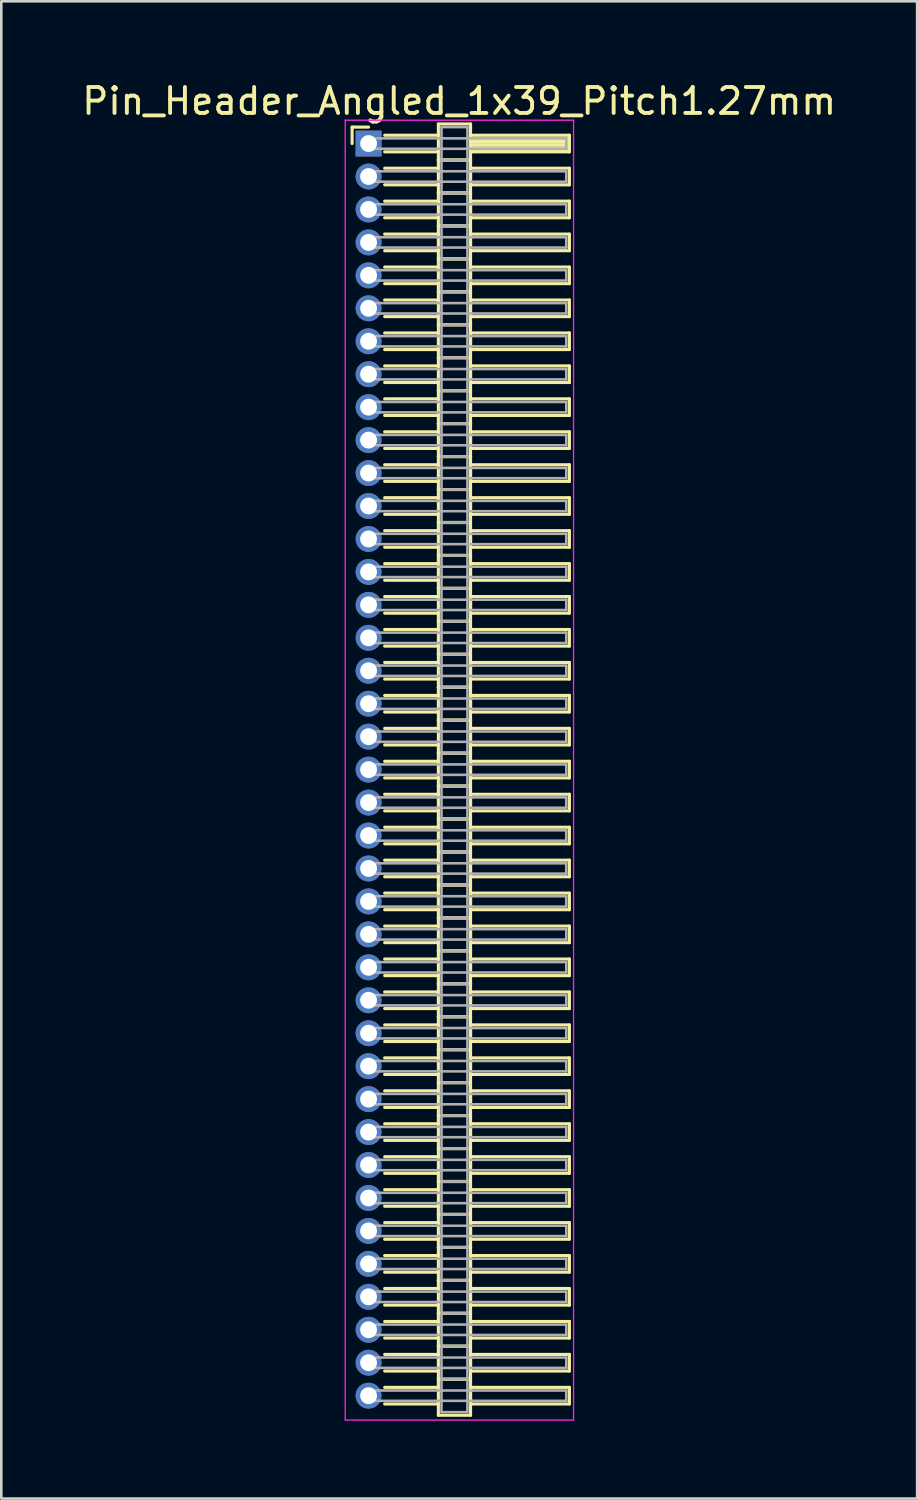
<source format=kicad_pcb>
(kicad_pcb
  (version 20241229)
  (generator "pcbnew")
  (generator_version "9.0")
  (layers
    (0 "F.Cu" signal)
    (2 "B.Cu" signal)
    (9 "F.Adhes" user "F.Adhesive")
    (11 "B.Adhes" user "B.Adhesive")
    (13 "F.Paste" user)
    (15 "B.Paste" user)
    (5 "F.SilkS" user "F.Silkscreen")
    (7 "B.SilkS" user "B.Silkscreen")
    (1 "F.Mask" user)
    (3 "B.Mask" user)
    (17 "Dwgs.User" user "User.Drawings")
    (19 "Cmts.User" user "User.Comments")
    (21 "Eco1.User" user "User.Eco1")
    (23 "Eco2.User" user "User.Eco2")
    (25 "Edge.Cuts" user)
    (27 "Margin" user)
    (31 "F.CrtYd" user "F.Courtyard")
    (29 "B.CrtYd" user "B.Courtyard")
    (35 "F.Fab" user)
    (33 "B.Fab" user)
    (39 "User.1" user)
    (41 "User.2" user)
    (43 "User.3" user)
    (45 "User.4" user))
  (footprint "Pin_Header_Angled_1x39_Pitch1.27mm"
    (layer "F.Cu")
    (at 11.156 2.483)
    (property "Reference" "Pin_Header_Angled_1x39_Pitch1.27mm" (at 3.493 -1.635 0) (layer "F.SilkS") (effects (font (size 1 1) (thickness 0.15))))
    (attr through_hole)
    (fp_line (start -0.635 -0.635) (end 0 -0.635) (stroke (width 0.12) (type solid)) (layer "F.SilkS"))
    (fp_line (start -0.635 0) (end -0.635 -0.635) (stroke (width 0.12) (type solid)) (layer "F.SilkS"))
    (fp_line (start 0.62 -0.32) (end 2.69 -0.32) (stroke (width 0.12) (type solid)) (layer "F.SilkS"))
    (fp_line (start 0.62 0.32) (end 2.69 0.32) (stroke (width 0.12) (type solid)) (layer "F.SilkS"))
    (fp_line (start 0.62 0.95) (end 2.69 0.95) (stroke (width 0.12) (type solid)) (layer "F.SilkS"))
    (fp_line (start 0.62 1.59) (end 2.69 1.59) (stroke (width 0.12) (type solid)) (layer "F.SilkS"))
    (fp_line (start 0.62 2.22) (end 2.69 2.22) (stroke (width 0.12) (type solid)) (layer "F.SilkS"))
    (fp_line (start 0.62 2.86) (end 2.69 2.86) (stroke (width 0.12) (type solid)) (layer "F.SilkS"))
    (fp_line (start 0.62 3.49) (end 2.69 3.49) (stroke (width 0.12) (type solid)) (layer "F.SilkS"))
    (fp_line (start 0.62 4.13) (end 2.69 4.13) (stroke (width 0.12) (type solid)) (layer "F.SilkS"))
    (fp_line (start 0.62 4.76) (end 2.69 4.76) (stroke (width 0.12) (type solid)) (layer "F.SilkS"))
    (fp_line (start 0.62 5.4) (end 2.69 5.4) (stroke (width 0.12) (type solid)) (layer "F.SilkS"))
    (fp_line (start 0.62 6.03) (end 2.69 6.03) (stroke (width 0.12) (type solid)) (layer "F.SilkS"))
    (fp_line (start 0.62 6.67) (end 2.69 6.67) (stroke (width 0.12) (type solid)) (layer "F.SilkS"))
    (fp_line (start 0.62 7.3) (end 2.69 7.3) (stroke (width 0.12) (type solid)) (layer "F.SilkS"))
    (fp_line (start 0.62 7.94) (end 2.69 7.94) (stroke (width 0.12) (type solid)) (layer "F.SilkS"))
    (fp_line (start 0.62 8.57) (end 2.69 8.57) (stroke (width 0.12) (type solid)) (layer "F.SilkS"))
    (fp_line (start 0.62 9.21) (end 2.69 9.21) (stroke (width 0.12) (type solid)) (layer "F.SilkS"))
    (fp_line (start 0.62 9.84) (end 2.69 9.84) (stroke (width 0.12) (type solid)) (layer "F.SilkS"))
    (fp_line (start 0.62 10.48) (end 2.69 10.48) (stroke (width 0.12) (type solid)) (layer "F.SilkS"))
    (fp_line (start 0.62 11.11) (end 2.69 11.11) (stroke (width 0.12) (type solid)) (layer "F.SilkS"))
    (fp_line (start 0.62 11.75) (end 2.69 11.75) (stroke (width 0.12) (type solid)) (layer "F.SilkS"))
    (fp_line (start 0.62 12.38) (end 2.69 12.38) (stroke (width 0.12) (type solid)) (layer "F.SilkS"))
    (fp_line (start 0.62 13.02) (end 2.69 13.02) (stroke (width 0.12) (type solid)) (layer "F.SilkS"))
    (fp_line (start 0.62 13.65) (end 2.69 13.65) (stroke (width 0.12) (type solid)) (layer "F.SilkS"))
    (fp_line (start 0.62 14.29) (end 2.69 14.29) (stroke (width 0.12) (type solid)) (layer "F.SilkS"))
    (fp_line (start 0.62 14.92) (end 2.69 14.92) (stroke (width 0.12) (type solid)) (layer "F.SilkS"))
    (fp_line (start 0.62 15.56) (end 2.69 15.56) (stroke (width 0.12) (type solid)) (layer "F.SilkS"))
    (fp_line (start 0.62 16.19) (end 2.69 16.19) (stroke (width 0.12) (type solid)) (layer "F.SilkS"))
    (fp_line (start 0.62 16.83) (end 2.69 16.83) (stroke (width 0.12) (type solid)) (layer "F.SilkS"))
    (fp_line (start 0.62 17.46) (end 2.69 17.46) (stroke (width 0.12) (type solid)) (layer "F.SilkS"))
    (fp_line (start 0.62 18.1) (end 2.69 18.1) (stroke (width 0.12) (type solid)) (layer "F.SilkS"))
    (fp_line (start 0.62 18.73) (end 2.69 18.73) (stroke (width 0.12) (type solid)) (layer "F.SilkS"))
    (fp_line (start 0.62 19.37) (end 2.69 19.37) (stroke (width 0.12) (type solid)) (layer "F.SilkS"))
    (fp_line (start 0.62 20) (end 2.69 20) (stroke (width 0.12) (type solid)) (layer "F.SilkS"))
    (fp_line (start 0.62 20.64) (end 2.69 20.64) (stroke (width 0.12) (type solid)) (layer "F.SilkS"))
    (fp_line (start 0.62 21.27) (end 2.69 21.27) (stroke (width 0.12) (type solid)) (layer "F.SilkS"))
    (fp_line (start 0.62 21.91) (end 2.69 21.91) (stroke (width 0.12) (type solid)) (layer "F.SilkS"))
    (fp_line (start 0.62 22.54) (end 2.69 22.54) (stroke (width 0.12) (type solid)) (layer "F.SilkS"))
    (fp_line (start 0.62 23.18) (end 2.69 23.18) (stroke (width 0.12) (type solid)) (layer "F.SilkS"))
    (fp_line (start 0.62 23.81) (end 2.69 23.81) (stroke (width 0.12) (type solid)) (layer "F.SilkS"))
    (fp_line (start 0.62 24.45) (end 2.69 24.45) (stroke (width 0.12) (type solid)) (layer "F.SilkS"))
    (fp_line (start 0.62 25.08) (end 2.69 25.08) (stroke (width 0.12) (type solid)) (layer "F.SilkS"))
    (fp_line (start 0.62 25.72) (end 2.69 25.72) (stroke (width 0.12) (type solid)) (layer "F.SilkS"))
    (fp_line (start 0.62 26.35) (end 2.69 26.35) (stroke (width 0.12) (type solid)) (layer "F.SilkS"))
    (fp_line (start 0.62 26.99) (end 2.69 26.99) (stroke (width 0.12) (type solid)) (layer "F.SilkS"))
    (fp_line (start 0.62 27.62) (end 2.69 27.62) (stroke (width 0.12) (type solid)) (layer "F.SilkS"))
    (fp_line (start 0.62 28.26) (end 2.69 28.26) (stroke (width 0.12) (type solid)) (layer "F.SilkS"))
    (fp_line (start 0.62 28.89) (end 2.69 28.89) (stroke (width 0.12) (type solid)) (layer "F.SilkS"))
    (fp_line (start 0.62 29.53) (end 2.69 29.53) (stroke (width 0.12) (type solid)) (layer "F.SilkS"))
    (fp_line (start 0.62 30.16) (end 2.69 30.16) (stroke (width 0.12) (type solid)) (layer "F.SilkS"))
    (fp_line (start 0.62 30.8) (end 2.69 30.8) (stroke (width 0.12) (type solid)) (layer "F.SilkS"))
    (fp_line (start 0.62 31.43) (end 2.69 31.43) (stroke (width 0.12) (type solid)) (layer "F.SilkS"))
    (fp_line (start 0.62 32.07) (end 2.69 32.07) (stroke (width 0.12) (type solid)) (layer "F.SilkS"))
    (fp_line (start 0.62 32.7) (end 2.69 32.7) (stroke (width 0.12) (type solid)) (layer "F.SilkS"))
    (fp_line (start 0.62 33.34) (end 2.69 33.34) (stroke (width 0.12) (type solid)) (layer "F.SilkS"))
    (fp_line (start 0.62 33.97) (end 2.69 33.97) (stroke (width 0.12) (type solid)) (layer "F.SilkS"))
    (fp_line (start 0.62 34.61) (end 2.69 34.61) (stroke (width 0.12) (type solid)) (layer "F.SilkS"))
    (fp_line (start 0.62 35.24) (end 2.69 35.24) (stroke (width 0.12) (type solid)) (layer "F.SilkS"))
    (fp_line (start 0.62 35.88) (end 2.69 35.88) (stroke (width 0.12) (type solid)) (layer "F.SilkS"))
    (fp_line (start 0.62 36.51) (end 2.69 36.51) (stroke (width 0.12) (type solid)) (layer "F.SilkS"))
    (fp_line (start 0.62 37.15) (end 2.69 37.15) (stroke (width 0.12) (type solid)) (layer "F.SilkS"))
    (fp_line (start 0.62 37.78) (end 2.69 37.78) (stroke (width 0.12) (type solid)) (layer "F.SilkS"))
    (fp_line (start 0.62 38.42) (end 2.69 38.42) (stroke (width 0.12) (type solid)) (layer "F.SilkS"))
    (fp_line (start 0.62 39.05) (end 2.69 39.05) (stroke (width 0.12) (type solid)) (layer "F.SilkS"))
    (fp_line (start 0.62 39.69) (end 2.69 39.69) (stroke (width 0.12) (type solid)) (layer "F.SilkS"))
    (fp_line (start 0.62 40.32) (end 2.69 40.32) (stroke (width 0.12) (type solid)) (layer "F.SilkS"))
    (fp_line (start 0.62 40.96) (end 2.69 40.96) (stroke (width 0.12) (type solid)) (layer "F.SilkS"))
    (fp_line (start 0.62 41.59) (end 2.69 41.59) (stroke (width 0.12) (type solid)) (layer "F.SilkS"))
    (fp_line (start 0.62 42.23) (end 2.69 42.23) (stroke (width 0.12) (type solid)) (layer "F.SilkS"))
    (fp_line (start 0.62 42.86) (end 2.69 42.86) (stroke (width 0.12) (type solid)) (layer "F.SilkS"))
    (fp_line (start 0.62 43.5) (end 2.69 43.5) (stroke (width 0.12) (type solid)) (layer "F.SilkS"))
    (fp_line (start 0.62 44.13) (end 2.69 44.13) (stroke (width 0.12) (type solid)) (layer "F.SilkS"))
    (fp_line (start 0.62 44.77) (end 2.69 44.77) (stroke (width 0.12) (type solid)) (layer "F.SilkS"))
    (fp_line (start 0.62 45.4) (end 2.69 45.4) (stroke (width 0.12) (type solid)) (layer "F.SilkS"))
    (fp_line (start 0.62 46.04) (end 2.69 46.04) (stroke (width 0.12) (type solid)) (layer "F.SilkS"))
    (fp_line (start 0.62 46.67) (end 2.69 46.67) (stroke (width 0.12) (type solid)) (layer "F.SilkS"))
    (fp_line (start 0.62 47.31) (end 2.69 47.31) (stroke (width 0.12) (type solid)) (layer "F.SilkS"))
    (fp_line (start 0.62 47.94) (end 2.69 47.94) (stroke (width 0.12) (type solid)) (layer "F.SilkS"))
    (fp_line (start 0.62 48.58) (end 2.69 48.58) (stroke (width 0.12) (type solid)) (layer "F.SilkS"))
    (fp_line (start 2.69 -0.755) (end 2.69 0.635) (stroke (width 0.12) (type solid)) (layer "F.SilkS"))
    (fp_line (start 2.69 0.635) (end 2.69 1.905) (stroke (width 0.12) (type solid)) (layer "F.SilkS"))
    (fp_line (start 2.69 0.635) (end 3.93 0.635) (stroke (width 0.12) (type solid)) (layer "F.SilkS"))
    (fp_line (start 2.69 1.905) (end 2.69 3.175) (stroke (width 0.12) (type solid)) (layer "F.SilkS"))
    (fp_line (start 2.69 1.905) (end 3.93 1.905) (stroke (width 0.12) (type solid)) (layer "F.SilkS"))
    (fp_line (start 2.69 3.175) (end 2.69 4.445) (stroke (width 0.12) (type solid)) (layer "F.SilkS"))
    (fp_line (start 2.69 3.175) (end 3.93 3.175) (stroke (width 0.12) (type solid)) (layer "F.SilkS"))
    (fp_line (start 2.69 4.445) (end 2.69 5.715) (stroke (width 0.12) (type solid)) (layer "F.SilkS"))
    (fp_line (start 2.69 4.445) (end 3.93 4.445) (stroke (width 0.12) (type solid)) (layer "F.SilkS"))
    (fp_line (start 2.69 5.715) (end 2.69 6.985) (stroke (width 0.12) (type solid)) (layer "F.SilkS"))
    (fp_line (start 2.69 5.715) (end 3.93 5.715) (stroke (width 0.12) (type solid)) (layer "F.SilkS"))
    (fp_line (start 2.69 6.985) (end 2.69 8.255) (stroke (width 0.12) (type solid)) (layer "F.SilkS"))
    (fp_line (start 2.69 6.985) (end 3.93 6.985) (stroke (width 0.12) (type solid)) (layer "F.SilkS"))
    (fp_line (start 2.69 8.255) (end 2.69 9.525) (stroke (width 0.12) (type solid)) (layer "F.SilkS"))
    (fp_line (start 2.69 8.255) (end 3.93 8.255) (stroke (width 0.12) (type solid)) (layer "F.SilkS"))
    (fp_line (start 2.69 9.525) (end 2.69 10.795) (stroke (width 0.12) (type solid)) (layer "F.SilkS"))
    (fp_line (start 2.69 9.525) (end 3.93 9.525) (stroke (width 0.12) (type solid)) (layer "F.SilkS"))
    (fp_line (start 2.69 10.795) (end 2.69 12.065) (stroke (width 0.12) (type solid)) (layer "F.SilkS"))
    (fp_line (start 2.69 10.795) (end 3.93 10.795) (stroke (width 0.12) (type solid)) (layer "F.SilkS"))
    (fp_line (start 2.69 12.065) (end 2.69 13.335) (stroke (width 0.12) (type solid)) (layer "F.SilkS"))
    (fp_line (start 2.69 12.065) (end 3.93 12.065) (stroke (width 0.12) (type solid)) (layer "F.SilkS"))
    (fp_line (start 2.69 13.335) (end 2.69 14.605) (stroke (width 0.12) (type solid)) (layer "F.SilkS"))
    (fp_line (start 2.69 13.335) (end 3.93 13.335) (stroke (width 0.12) (type solid)) (layer "F.SilkS"))
    (fp_line (start 2.69 14.605) (end 2.69 15.875) (stroke (width 0.12) (type solid)) (layer "F.SilkS"))
    (fp_line (start 2.69 14.605) (end 3.93 14.605) (stroke (width 0.12) (type solid)) (layer "F.SilkS"))
    (fp_line (start 2.69 15.875) (end 2.69 17.145) (stroke (width 0.12) (type solid)) (layer "F.SilkS"))
    (fp_line (start 2.69 15.875) (end 3.93 15.875) (stroke (width 0.12) (type solid)) (layer "F.SilkS"))
    (fp_line (start 2.69 17.145) (end 2.69 18.415) (stroke (width 0.12) (type solid)) (layer "F.SilkS"))
    (fp_line (start 2.69 17.145) (end 3.93 17.145) (stroke (width 0.12) (type solid)) (layer "F.SilkS"))
    (fp_line (start 2.69 18.415) (end 2.69 19.685) (stroke (width 0.12) (type solid)) (layer "F.SilkS"))
    (fp_line (start 2.69 18.415) (end 3.93 18.415) (stroke (width 0.12) (type solid)) (layer "F.SilkS"))
    (fp_line (start 2.69 19.685) (end 2.69 20.955) (stroke (width 0.12) (type solid)) (layer "F.SilkS"))
    (fp_line (start 2.69 19.685) (end 3.93 19.685) (stroke (width 0.12) (type solid)) (layer "F.SilkS"))
    (fp_line (start 2.69 20.955) (end 2.69 22.225) (stroke (width 0.12) (type solid)) (layer "F.SilkS"))
    (fp_line (start 2.69 20.955) (end 3.93 20.955) (stroke (width 0.12) (type solid)) (layer "F.SilkS"))
    (fp_line (start 2.69 22.225) (end 2.69 23.495) (stroke (width 0.12) (type solid)) (layer "F.SilkS"))
    (fp_line (start 2.69 22.225) (end 3.93 22.225) (stroke (width 0.12) (type solid)) (layer "F.SilkS"))
    (fp_line (start 2.69 23.495) (end 2.69 24.765) (stroke (width 0.12) (type solid)) (layer "F.SilkS"))
    (fp_line (start 2.69 23.495) (end 3.93 23.495) (stroke (width 0.12) (type solid)) (layer "F.SilkS"))
    (fp_line (start 2.69 24.765) (end 2.69 26.035) (stroke (width 0.12) (type solid)) (layer "F.SilkS"))
    (fp_line (start 2.69 24.765) (end 3.93 24.765) (stroke (width 0.12) (type solid)) (layer "F.SilkS"))
    (fp_line (start 2.69 26.035) (end 2.69 27.305) (stroke (width 0.12) (type solid)) (layer "F.SilkS"))
    (fp_line (start 2.69 26.035) (end 3.93 26.035) (stroke (width 0.12) (type solid)) (layer "F.SilkS"))
    (fp_line (start 2.69 27.305) (end 2.69 28.575) (stroke (width 0.12) (type solid)) (layer "F.SilkS"))
    (fp_line (start 2.69 27.305) (end 3.93 27.305) (stroke (width 0.12) (type solid)) (layer "F.SilkS"))
    (fp_line (start 2.69 28.575) (end 2.69 29.845) (stroke (width 0.12) (type solid)) (layer "F.SilkS"))
    (fp_line (start 2.69 28.575) (end 3.93 28.575) (stroke (width 0.12) (type solid)) (layer "F.SilkS"))
    (fp_line (start 2.69 29.845) (end 2.69 31.115) (stroke (width 0.12) (type solid)) (layer "F.SilkS"))
    (fp_line (start 2.69 29.845) (end 3.93 29.845) (stroke (width 0.12) (type solid)) (layer "F.SilkS"))
    (fp_line (start 2.69 31.115) (end 2.69 32.385) (stroke (width 0.12) (type solid)) (layer "F.SilkS"))
    (fp_line (start 2.69 31.115) (end 3.93 31.115) (stroke (width 0.12) (type solid)) (layer "F.SilkS"))
    (fp_line (start 2.69 32.385) (end 2.69 33.655) (stroke (width 0.12) (type solid)) (layer "F.SilkS"))
    (fp_line (start 2.69 32.385) (end 3.93 32.385) (stroke (width 0.12) (type solid)) (layer "F.SilkS"))
    (fp_line (start 2.69 33.655) (end 2.69 34.925) (stroke (width 0.12) (type solid)) (layer "F.SilkS"))
    (fp_line (start 2.69 33.655) (end 3.93 33.655) (stroke (width 0.12) (type solid)) (layer "F.SilkS"))
    (fp_line (start 2.69 34.925) (end 2.69 36.195) (stroke (width 0.12) (type solid)) (layer "F.SilkS"))
    (fp_line (start 2.69 34.925) (end 3.93 34.925) (stroke (width 0.12) (type solid)) (layer "F.SilkS"))
    (fp_line (start 2.69 36.195) (end 2.69 37.465) (stroke (width 0.12) (type solid)) (layer "F.SilkS"))
    (fp_line (start 2.69 36.195) (end 3.93 36.195) (stroke (width 0.12) (type solid)) (layer "F.SilkS"))
    (fp_line (start 2.69 37.465) (end 2.69 38.735) (stroke (width 0.12) (type solid)) (layer "F.SilkS"))
    (fp_line (start 2.69 37.465) (end 3.93 37.465) (stroke (width 0.12) (type solid)) (layer "F.SilkS"))
    (fp_line (start 2.69 38.735) (end 2.69 40.005) (stroke (width 0.12) (type solid)) (layer "F.SilkS"))
    (fp_line (start 2.69 38.735) (end 3.93 38.735) (stroke (width 0.12) (type solid)) (layer "F.SilkS"))
    (fp_line (start 2.69 40.005) (end 2.69 41.275) (stroke (width 0.12) (type solid)) (layer "F.SilkS"))
    (fp_line (start 2.69 40.005) (end 3.93 40.005) (stroke (width 0.12) (type solid)) (layer "F.SilkS"))
    (fp_line (start 2.69 41.275) (end 2.69 42.545) (stroke (width 0.12) (type solid)) (layer "F.SilkS"))
    (fp_line (start 2.69 41.275) (end 3.93 41.275) (stroke (width 0.12) (type solid)) (layer "F.SilkS"))
    (fp_line (start 2.69 42.545) (end 2.69 43.815) (stroke (width 0.12) (type solid)) (layer "F.SilkS"))
    (fp_line (start 2.69 42.545) (end 3.93 42.545) (stroke (width 0.12) (type solid)) (layer "F.SilkS"))
    (fp_line (start 2.69 43.815) (end 2.69 45.085) (stroke (width 0.12) (type solid)) (layer "F.SilkS"))
    (fp_line (start 2.69 43.815) (end 3.93 43.815) (stroke (width 0.12) (type solid)) (layer "F.SilkS"))
    (fp_line (start 2.69 45.085) (end 2.69 46.355) (stroke (width 0.12) (type solid)) (layer "F.SilkS"))
    (fp_line (start 2.69 45.085) (end 3.93 45.085) (stroke (width 0.12) (type solid)) (layer "F.SilkS"))
    (fp_line (start 2.69 46.355) (end 2.69 47.625) (stroke (width 0.12) (type solid)) (layer "F.SilkS"))
    (fp_line (start 2.69 46.355) (end 3.93 46.355) (stroke (width 0.12) (type solid)) (layer "F.SilkS"))
    (fp_line (start 2.69 47.625) (end 2.69 49.015) (stroke (width 0.12) (type solid)) (layer "F.SilkS"))
    (fp_line (start 2.69 47.625) (end 3.93 47.625) (stroke (width 0.12) (type solid)) (layer "F.SilkS"))
    (fp_line (start 2.69 49.015) (end 3.93 49.015) (stroke (width 0.12) (type solid)) (layer "F.SilkS"))
    (fp_line (start 3.93 -0.755) (end 2.69 -0.755) (stroke (width 0.12) (type solid)) (layer "F.SilkS"))
    (fp_line (start 3.93 -0.32) (end 3.93 0.32) (stroke (width 0.12) (type solid)) (layer "F.SilkS"))
    (fp_line (start 3.93 -0.2) (end 7.74 -0.2) (stroke (width 0.12) (type solid)) (layer "F.SilkS"))
    (fp_line (start 3.93 -0.08) (end 7.74 -0.08) (stroke (width 0.12) (type solid)) (layer "F.SilkS"))
    (fp_line (start 3.93 0.04) (end 7.74 0.04) (stroke (width 0.12) (type solid)) (layer "F.SilkS"))
    (fp_line (start 3.93 0.16) (end 7.74 0.16) (stroke (width 0.12) (type solid)) (layer "F.SilkS"))
    (fp_line (start 3.93 0.28) (end 7.74 0.28) (stroke (width 0.12) (type solid)) (layer "F.SilkS"))
    (fp_line (start 3.93 0.32) (end 7.74 0.32) (stroke (width 0.12) (type solid)) (layer "F.SilkS"))
    (fp_line (start 3.93 0.635) (end 2.69 0.635) (stroke (width 0.12) (type solid)) (layer "F.SilkS"))
    (fp_line (start 3.93 0.635) (end 3.93 -0.755) (stroke (width 0.12) (type solid)) (layer "F.SilkS"))
    (fp_line (start 3.93 0.95) (end 3.93 1.59) (stroke (width 0.12) (type solid)) (layer "F.SilkS"))
    (fp_line (start 3.93 1.59) (end 7.74 1.59) (stroke (width 0.12) (type solid)) (layer "F.SilkS"))
    (fp_line (start 3.93 1.905) (end 2.69 1.905) (stroke (width 0.12) (type solid)) (layer "F.SilkS"))
    (fp_line (start 3.93 1.905) (end 3.93 0.635) (stroke (width 0.12) (type solid)) (layer "F.SilkS"))
    (fp_line (start 3.93 2.22) (end 3.93 2.86) (stroke (width 0.12) (type solid)) (layer "F.SilkS"))
    (fp_line (start 3.93 2.86) (end 7.74 2.86) (stroke (width 0.12) (type solid)) (layer "F.SilkS"))
    (fp_line (start 3.93 3.175) (end 2.69 3.175) (stroke (width 0.12) (type solid)) (layer "F.SilkS"))
    (fp_line (start 3.93 3.175) (end 3.93 1.905) (stroke (width 0.12) (type solid)) (layer "F.SilkS"))
    (fp_line (start 3.93 3.49) (end 3.93 4.13) (stroke (width 0.12) (type solid)) (layer "F.SilkS"))
    (fp_line (start 3.93 4.13) (end 7.74 4.13) (stroke (width 0.12) (type solid)) (layer "F.SilkS"))
    (fp_line (start 3.93 4.445) (end 2.69 4.445) (stroke (width 0.12) (type solid)) (layer "F.SilkS"))
    (fp_line (start 3.93 4.445) (end 3.93 3.175) (stroke (width 0.12) (type solid)) (layer "F.SilkS"))
    (fp_line (start 3.93 4.76) (end 3.93 5.4) (stroke (width 0.12) (type solid)) (layer "F.SilkS"))
    (fp_line (start 3.93 5.4) (end 7.74 5.4) (stroke (width 0.12) (type solid)) (layer "F.SilkS"))
    (fp_line (start 3.93 5.715) (end 2.69 5.715) (stroke (width 0.12) (type solid)) (layer "F.SilkS"))
    (fp_line (start 3.93 5.715) (end 3.93 4.445) (stroke (width 0.12) (type solid)) (layer "F.SilkS"))
    (fp_line (start 3.93 6.03) (end 3.93 6.67) (stroke (width 0.12) (type solid)) (layer "F.SilkS"))
    (fp_line (start 3.93 6.67) (end 7.74 6.67) (stroke (width 0.12) (type solid)) (layer "F.SilkS"))
    (fp_line (start 3.93 6.985) (end 2.69 6.985) (stroke (width 0.12) (type solid)) (layer "F.SilkS"))
    (fp_line (start 3.93 6.985) (end 3.93 5.715) (stroke (width 0.12) (type solid)) (layer "F.SilkS"))
    (fp_line (start 3.93 7.3) (end 3.93 7.94) (stroke (width 0.12) (type solid)) (layer "F.SilkS"))
    (fp_line (start 3.93 7.94) (end 7.74 7.94) (stroke (width 0.12) (type solid)) (layer "F.SilkS"))
    (fp_line (start 3.93 8.255) (end 2.69 8.255) (stroke (width 0.12) (type solid)) (layer "F.SilkS"))
    (fp_line (start 3.93 8.255) (end 3.93 6.985) (stroke (width 0.12) (type solid)) (layer "F.SilkS"))
    (fp_line (start 3.93 8.57) (end 3.93 9.21) (stroke (width 0.12) (type solid)) (layer "F.SilkS"))
    (fp_line (start 3.93 9.21) (end 7.74 9.21) (stroke (width 0.12) (type solid)) (layer "F.SilkS"))
    (fp_line (start 3.93 9.525) (end 2.69 9.525) (stroke (width 0.12) (type solid)) (layer "F.SilkS"))
    (fp_line (start 3.93 9.525) (end 3.93 8.255) (stroke (width 0.12) (type solid)) (layer "F.SilkS"))
    (fp_line (start 3.93 9.84) (end 3.93 10.48) (stroke (width 0.12) (type solid)) (layer "F.SilkS"))
    (fp_line (start 3.93 10.48) (end 7.74 10.48) (stroke (width 0.12) (type solid)) (layer "F.SilkS"))
    (fp_line (start 3.93 10.795) (end 2.69 10.795) (stroke (width 0.12) (type solid)) (layer "F.SilkS"))
    (fp_line (start 3.93 10.795) (end 3.93 9.525) (stroke (width 0.12) (type solid)) (layer "F.SilkS"))
    (fp_line (start 3.93 11.11) (end 3.93 11.75) (stroke (width 0.12) (type solid)) (layer "F.SilkS"))
    (fp_line (start 3.93 11.75) (end 7.74 11.75) (stroke (width 0.12) (type solid)) (layer "F.SilkS"))
    (fp_line (start 3.93 12.065) (end 2.69 12.065) (stroke (width 0.12) (type solid)) (layer "F.SilkS"))
    (fp_line (start 3.93 12.065) (end 3.93 10.795) (stroke (width 0.12) (type solid)) (layer "F.SilkS"))
    (fp_line (start 3.93 12.38) (end 3.93 13.02) (stroke (width 0.12) (type solid)) (layer "F.SilkS"))
    (fp_line (start 3.93 13.02) (end 7.74 13.02) (stroke (width 0.12) (type solid)) (layer "F.SilkS"))
    (fp_line (start 3.93 13.335) (end 2.69 13.335) (stroke (width 0.12) (type solid)) (layer "F.SilkS"))
    (fp_line (start 3.93 13.335) (end 3.93 12.065) (stroke (width 0.12) (type solid)) (layer "F.SilkS"))
    (fp_line (start 3.93 13.65) (end 3.93 14.29) (stroke (width 0.12) (type solid)) (layer "F.SilkS"))
    (fp_line (start 3.93 14.29) (end 7.74 14.29) (stroke (width 0.12) (type solid)) (layer "F.SilkS"))
    (fp_line (start 3.93 14.605) (end 2.69 14.605) (stroke (width 0.12) (type solid)) (layer "F.SilkS"))
    (fp_line (start 3.93 14.605) (end 3.93 13.335) (stroke (width 0.12) (type solid)) (layer "F.SilkS"))
    (fp_line (start 3.93 14.92) (end 3.93 15.56) (stroke (width 0.12) (type solid)) (layer "F.SilkS"))
    (fp_line (start 3.93 15.56) (end 7.74 15.56) (stroke (width 0.12) (type solid)) (layer "F.SilkS"))
    (fp_line (start 3.93 15.875) (end 2.69 15.875) (stroke (width 0.12) (type solid)) (layer "F.SilkS"))
    (fp_line (start 3.93 15.875) (end 3.93 14.605) (stroke (width 0.12) (type solid)) (layer "F.SilkS"))
    (fp_line (start 3.93 16.19) (end 3.93 16.83) (stroke (width 0.12) (type solid)) (layer "F.SilkS"))
    (fp_line (start 3.93 16.83) (end 7.74 16.83) (stroke (width 0.12) (type solid)) (layer "F.SilkS"))
    (fp_line (start 3.93 17.145) (end 2.69 17.145) (stroke (width 0.12) (type solid)) (layer "F.SilkS"))
    (fp_line (start 3.93 17.145) (end 3.93 15.875) (stroke (width 0.12) (type solid)) (layer "F.SilkS"))
    (fp_line (start 3.93 17.46) (end 3.93 18.1) (stroke (width 0.12) (type solid)) (layer "F.SilkS"))
    (fp_line (start 3.93 18.1) (end 7.74 18.1) (stroke (width 0.12) (type solid)) (layer "F.SilkS"))
    (fp_line (start 3.93 18.415) (end 2.69 18.415) (stroke (width 0.12) (type solid)) (layer "F.SilkS"))
    (fp_line (start 3.93 18.415) (end 3.93 17.145) (stroke (width 0.12) (type solid)) (layer "F.SilkS"))
    (fp_line (start 3.93 18.73) (end 3.93 19.37) (stroke (width 0.12) (type solid)) (layer "F.SilkS"))
    (fp_line (start 3.93 19.37) (end 7.74 19.37) (stroke (width 0.12) (type solid)) (layer "F.SilkS"))
    (fp_line (start 3.93 19.685) (end 2.69 19.685) (stroke (width 0.12) (type solid)) (layer "F.SilkS"))
    (fp_line (start 3.93 19.685) (end 3.93 18.415) (stroke (width 0.12) (type solid)) (layer "F.SilkS"))
    (fp_line (start 3.93 20) (end 3.93 20.64) (stroke (width 0.12) (type solid)) (layer "F.SilkS"))
    (fp_line (start 3.93 20.64) (end 7.74 20.64) (stroke (width 0.12) (type solid)) (layer "F.SilkS"))
    (fp_line (start 3.93 20.955) (end 2.69 20.955) (stroke (width 0.12) (type solid)) (layer "F.SilkS"))
    (fp_line (start 3.93 20.955) (end 3.93 19.685) (stroke (width 0.12) (type solid)) (layer "F.SilkS"))
    (fp_line (start 3.93 21.27) (end 3.93 21.91) (stroke (width 0.12) (type solid)) (layer "F.SilkS"))
    (fp_line (start 3.93 21.91) (end 7.74 21.91) (stroke (width 0.12) (type solid)) (layer "F.SilkS"))
    (fp_line (start 3.93 22.225) (end 2.69 22.225) (stroke (width 0.12) (type solid)) (layer "F.SilkS"))
    (fp_line (start 3.93 22.225) (end 3.93 20.955) (stroke (width 0.12) (type solid)) (layer "F.SilkS"))
    (fp_line (start 3.93 22.54) (end 3.93 23.18) (stroke (width 0.12) (type solid)) (layer "F.SilkS"))
    (fp_line (start 3.93 23.18) (end 7.74 23.18) (stroke (width 0.12) (type solid)) (layer "F.SilkS"))
    (fp_line (start 3.93 23.495) (end 2.69 23.495) (stroke (width 0.12) (type solid)) (layer "F.SilkS"))
    (fp_line (start 3.93 23.495) (end 3.93 22.225) (stroke (width 0.12) (type solid)) (layer "F.SilkS"))
    (fp_line (start 3.93 23.81) (end 3.93 24.45) (stroke (width 0.12) (type solid)) (layer "F.SilkS"))
    (fp_line (start 3.93 24.45) (end 7.74 24.45) (stroke (width 0.12) (type solid)) (layer "F.SilkS"))
    (fp_line (start 3.93 24.765) (end 2.69 24.765) (stroke (width 0.12) (type solid)) (layer "F.SilkS"))
    (fp_line (start 3.93 24.765) (end 3.93 23.495) (stroke (width 0.12) (type solid)) (layer "F.SilkS"))
    (fp_line (start 3.93 25.08) (end 3.93 25.72) (stroke (width 0.12) (type solid)) (layer "F.SilkS"))
    (fp_line (start 3.93 25.72) (end 7.74 25.72) (stroke (width 0.12) (type solid)) (layer "F.SilkS"))
    (fp_line (start 3.93 26.035) (end 2.69 26.035) (stroke (width 0.12) (type solid)) (layer "F.SilkS"))
    (fp_line (start 3.93 26.035) (end 3.93 24.765) (stroke (width 0.12) (type solid)) (layer "F.SilkS"))
    (fp_line (start 3.93 26.35) (end 3.93 26.99) (stroke (width 0.12) (type solid)) (layer "F.SilkS"))
    (fp_line (start 3.93 26.99) (end 7.74 26.99) (stroke (width 0.12) (type solid)) (layer "F.SilkS"))
    (fp_line (start 3.93 27.305) (end 2.69 27.305) (stroke (width 0.12) (type solid)) (layer "F.SilkS"))
    (fp_line (start 3.93 27.305) (end 3.93 26.035) (stroke (width 0.12) (type solid)) (layer "F.SilkS"))
    (fp_line (start 3.93 27.62) (end 3.93 28.26) (stroke (width 0.12) (type solid)) (layer "F.SilkS"))
    (fp_line (start 3.93 28.26) (end 7.74 28.26) (stroke (width 0.12) (type solid)) (layer "F.SilkS"))
    (fp_line (start 3.93 28.575) (end 2.69 28.575) (stroke (width 0.12) (type solid)) (layer "F.SilkS"))
    (fp_line (start 3.93 28.575) (end 3.93 27.305) (stroke (width 0.12) (type solid)) (layer "F.SilkS"))
    (fp_line (start 3.93 28.89) (end 3.93 29.53) (stroke (width 0.12) (type solid)) (layer "F.SilkS"))
    (fp_line (start 3.93 29.53) (end 7.74 29.53) (stroke (width 0.12) (type solid)) (layer "F.SilkS"))
    (fp_line (start 3.93 29.845) (end 2.69 29.845) (stroke (width 0.12) (type solid)) (layer "F.SilkS"))
    (fp_line (start 3.93 29.845) (end 3.93 28.575) (stroke (width 0.12) (type solid)) (layer "F.SilkS"))
    (fp_line (start 3.93 30.16) (end 3.93 30.8) (stroke (width 0.12) (type solid)) (layer "F.SilkS"))
    (fp_line (start 3.93 30.8) (end 7.74 30.8) (stroke (width 0.12) (type solid)) (layer "F.SilkS"))
    (fp_line (start 3.93 31.115) (end 2.69 31.115) (stroke (width 0.12) (type solid)) (layer "F.SilkS"))
    (fp_line (start 3.93 31.115) (end 3.93 29.845) (stroke (width 0.12) (type solid)) (layer "F.SilkS"))
    (fp_line (start 3.93 31.43) (end 3.93 32.07) (stroke (width 0.12) (type solid)) (layer "F.SilkS"))
    (fp_line (start 3.93 32.07) (end 7.74 32.07) (stroke (width 0.12) (type solid)) (layer "F.SilkS"))
    (fp_line (start 3.93 32.385) (end 2.69 32.385) (stroke (width 0.12) (type solid)) (layer "F.SilkS"))
    (fp_line (start 3.93 32.385) (end 3.93 31.115) (stroke (width 0.12) (type solid)) (layer "F.SilkS"))
    (fp_line (start 3.93 32.7) (end 3.93 33.34) (stroke (width 0.12) (type solid)) (layer "F.SilkS"))
    (fp_line (start 3.93 33.34) (end 7.74 33.34) (stroke (width 0.12) (type solid)) (layer "F.SilkS"))
    (fp_line (start 3.93 33.655) (end 2.69 33.655) (stroke (width 0.12) (type solid)) (layer "F.SilkS"))
    (fp_line (start 3.93 33.655) (end 3.93 32.385) (stroke (width 0.12) (type solid)) (layer "F.SilkS"))
    (fp_line (start 3.93 33.97) (end 3.93 34.61) (stroke (width 0.12) (type solid)) (layer "F.SilkS"))
    (fp_line (start 3.93 34.61) (end 7.74 34.61) (stroke (width 0.12) (type solid)) (layer "F.SilkS"))
    (fp_line (start 3.93 34.925) (end 2.69 34.925) (stroke (width 0.12) (type solid)) (layer "F.SilkS"))
    (fp_line (start 3.93 34.925) (end 3.93 33.655) (stroke (width 0.12) (type solid)) (layer "F.SilkS"))
    (fp_line (start 3.93 35.24) (end 3.93 35.88) (stroke (width 0.12) (type solid)) (layer "F.SilkS"))
    (fp_line (start 3.93 35.88) (end 7.74 35.88) (stroke (width 0.12) (type solid)) (layer "F.SilkS"))
    (fp_line (start 3.93 36.195) (end 2.69 36.195) (stroke (width 0.12) (type solid)) (layer "F.SilkS"))
    (fp_line (start 3.93 36.195) (end 3.93 34.925) (stroke (width 0.12) (type solid)) (layer "F.SilkS"))
    (fp_line (start 3.93 36.51) (end 3.93 37.15) (stroke (width 0.12) (type solid)) (layer "F.SilkS"))
    (fp_line (start 3.93 37.15) (end 7.74 37.15) (stroke (width 0.12) (type solid)) (layer "F.SilkS"))
    (fp_line (start 3.93 37.465) (end 2.69 37.465) (stroke (width 0.12) (type solid)) (layer "F.SilkS"))
    (fp_line (start 3.93 37.465) (end 3.93 36.195) (stroke (width 0.12) (type solid)) (layer "F.SilkS"))
    (fp_line (start 3.93 37.78) (end 3.93 38.42) (stroke (width 0.12) (type solid)) (layer "F.SilkS"))
    (fp_line (start 3.93 38.42) (end 7.74 38.42) (stroke (width 0.12) (type solid)) (layer "F.SilkS"))
    (fp_line (start 3.93 38.735) (end 2.69 38.735) (stroke (width 0.12) (type solid)) (layer "F.SilkS"))
    (fp_line (start 3.93 38.735) (end 3.93 37.465) (stroke (width 0.12) (type solid)) (layer "F.SilkS"))
    (fp_line (start 3.93 39.05) (end 3.93 39.69) (stroke (width 0.12) (type solid)) (layer "F.SilkS"))
    (fp_line (start 3.93 39.69) (end 7.74 39.69) (stroke (width 0.12) (type solid)) (layer "F.SilkS"))
    (fp_line (start 3.93 40.005) (end 2.69 40.005) (stroke (width 0.12) (type solid)) (layer "F.SilkS"))
    (fp_line (start 3.93 40.005) (end 3.93 38.735) (stroke (width 0.12) (type solid)) (layer "F.SilkS"))
    (fp_line (start 3.93 40.32) (end 3.93 40.96) (stroke (width 0.12) (type solid)) (layer "F.SilkS"))
    (fp_line (start 3.93 40.96) (end 7.74 40.96) (stroke (width 0.12) (type solid)) (layer "F.SilkS"))
    (fp_line (start 3.93 41.275) (end 2.69 41.275) (stroke (width 0.12) (type solid)) (layer "F.SilkS"))
    (fp_line (start 3.93 41.275) (end 3.93 40.005) (stroke (width 0.12) (type solid)) (layer "F.SilkS"))
    (fp_line (start 3.93 41.59) (end 3.93 42.23) (stroke (width 0.12) (type solid)) (layer "F.SilkS"))
    (fp_line (start 3.93 42.23) (end 7.74 42.23) (stroke (width 0.12) (type solid)) (layer "F.SilkS"))
    (fp_line (start 3.93 42.545) (end 2.69 42.545) (stroke (width 0.12) (type solid)) (layer "F.SilkS"))
    (fp_line (start 3.93 42.545) (end 3.93 41.275) (stroke (width 0.12) (type solid)) (layer "F.SilkS"))
    (fp_line (start 3.93 42.86) (end 3.93 43.5) (stroke (width 0.12) (type solid)) (layer "F.SilkS"))
    (fp_line (start 3.93 43.5) (end 7.74 43.5) (stroke (width 0.12) (type solid)) (layer "F.SilkS"))
    (fp_line (start 3.93 43.815) (end 2.69 43.815) (stroke (width 0.12) (type solid)) (layer "F.SilkS"))
    (fp_line (start 3.93 43.815) (end 3.93 42.545) (stroke (width 0.12) (type solid)) (layer "F.SilkS"))
    (fp_line (start 3.93 44.13) (end 3.93 44.77) (stroke (width 0.12) (type solid)) (layer "F.SilkS"))
    (fp_line (start 3.93 44.77) (end 7.74 44.77) (stroke (width 0.12) (type solid)) (layer "F.SilkS"))
    (fp_line (start 3.93 45.085) (end 2.69 45.085) (stroke (width 0.12) (type solid)) (layer "F.SilkS"))
    (fp_line (start 3.93 45.085) (end 3.93 43.815) (stroke (width 0.12) (type solid)) (layer "F.SilkS"))
    (fp_line (start 3.93 45.4) (end 3.93 46.04) (stroke (width 0.12) (type solid)) (layer "F.SilkS"))
    (fp_line (start 3.93 46.04) (end 7.74 46.04) (stroke (width 0.12) (type solid)) (layer "F.SilkS"))
    (fp_line (start 3.93 46.355) (end 2.69 46.355) (stroke (width 0.12) (type solid)) (layer "F.SilkS"))
    (fp_line (start 3.93 46.355) (end 3.93 45.085) (stroke (width 0.12) (type solid)) (layer "F.SilkS"))
    (fp_line (start 3.93 46.67) (end 3.93 47.31) (stroke (width 0.12) (type solid)) (layer "F.SilkS"))
    (fp_line (start 3.93 47.31) (end 7.74 47.31) (stroke (width 0.12) (type solid)) (layer "F.SilkS"))
    (fp_line (start 3.93 47.625) (end 2.69 47.625) (stroke (width 0.12) (type solid)) (layer "F.SilkS"))
    (fp_line (start 3.93 47.625) (end 3.93 46.355) (stroke (width 0.12) (type solid)) (layer "F.SilkS"))
    (fp_line (start 3.93 47.94) (end 3.93 48.58) (stroke (width 0.12) (type solid)) (layer "F.SilkS"))
    (fp_line (start 3.93 48.58) (end 7.74 48.58) (stroke (width 0.12) (type solid)) (layer "F.SilkS"))
    (fp_line (start 3.93 49.015) (end 3.93 47.625) (stroke (width 0.12) (type solid)) (layer "F.SilkS"))
    (fp_line (start 7.74 -0.32) (end 3.93 -0.32) (stroke (width 0.12) (type solid)) (layer "F.SilkS"))
    (fp_line (start 7.74 0.32) (end 7.74 -0.32) (stroke (width 0.12) (type solid)) (layer "F.SilkS"))
    (fp_line (start 7.74 0.95) (end 3.93 0.95) (stroke (width 0.12) (type solid)) (layer "F.SilkS"))
    (fp_line (start 7.74 1.59) (end 7.74 0.95) (stroke (width 0.12) (type solid)) (layer "F.SilkS"))
    (fp_line (start 7.74 2.22) (end 3.93 2.22) (stroke (width 0.12) (type solid)) (layer "F.SilkS"))
    (fp_line (start 7.74 2.86) (end 7.74 2.22) (stroke (width 0.12) (type solid)) (layer "F.SilkS"))
    (fp_line (start 7.74 3.49) (end 3.93 3.49) (stroke (width 0.12) (type solid)) (layer "F.SilkS"))
    (fp_line (start 7.74 4.13) (end 7.74 3.49) (stroke (width 0.12) (type solid)) (layer "F.SilkS"))
    (fp_line (start 7.74 4.76) (end 3.93 4.76) (stroke (width 0.12) (type solid)) (layer "F.SilkS"))
    (fp_line (start 7.74 5.4) (end 7.74 4.76) (stroke (width 0.12) (type solid)) (layer "F.SilkS"))
    (fp_line (start 7.74 6.03) (end 3.93 6.03) (stroke (width 0.12) (type solid)) (layer "F.SilkS"))
    (fp_line (start 7.74 6.67) (end 7.74 6.03) (stroke (width 0.12) (type solid)) (layer "F.SilkS"))
    (fp_line (start 7.74 7.3) (end 3.93 7.3) (stroke (width 0.12) (type solid)) (layer "F.SilkS"))
    (fp_line (start 7.74 7.94) (end 7.74 7.3) (stroke (width 0.12) (type solid)) (layer "F.SilkS"))
    (fp_line (start 7.74 8.57) (end 3.93 8.57) (stroke (width 0.12) (type solid)) (layer "F.SilkS"))
    (fp_line (start 7.74 9.21) (end 7.74 8.57) (stroke (width 0.12) (type solid)) (layer "F.SilkS"))
    (fp_line (start 7.74 9.84) (end 3.93 9.84) (stroke (width 0.12) (type solid)) (layer "F.SilkS"))
    (fp_line (start 7.74 10.48) (end 7.74 9.84) (stroke (width 0.12) (type solid)) (layer "F.SilkS"))
    (fp_line (start 7.74 11.11) (end 3.93 11.11) (stroke (width 0.12) (type solid)) (layer "F.SilkS"))
    (fp_line (start 7.74 11.75) (end 7.74 11.11) (stroke (width 0.12) (type solid)) (layer "F.SilkS"))
    (fp_line (start 7.74 12.38) (end 3.93 12.38) (stroke (width 0.12) (type solid)) (layer "F.SilkS"))
    (fp_line (start 7.74 13.02) (end 7.74 12.38) (stroke (width 0.12) (type solid)) (layer "F.SilkS"))
    (fp_line (start 7.74 13.65) (end 3.93 13.65) (stroke (width 0.12) (type solid)) (layer "F.SilkS"))
    (fp_line (start 7.74 14.29) (end 7.74 13.65) (stroke (width 0.12) (type solid)) (layer "F.SilkS"))
    (fp_line (start 7.74 14.92) (end 3.93 14.92) (stroke (width 0.12) (type solid)) (layer "F.SilkS"))
    (fp_line (start 7.74 15.56) (end 7.74 14.92) (stroke (width 0.12) (type solid)) (layer "F.SilkS"))
    (fp_line (start 7.74 16.19) (end 3.93 16.19) (stroke (width 0.12) (type solid)) (layer "F.SilkS"))
    (fp_line (start 7.74 16.83) (end 7.74 16.19) (stroke (width 0.12) (type solid)) (layer "F.SilkS"))
    (fp_line (start 7.74 17.46) (end 3.93 17.46) (stroke (width 0.12) (type solid)) (layer "F.SilkS"))
    (fp_line (start 7.74 18.1) (end 7.74 17.46) (stroke (width 0.12) (type solid)) (layer "F.SilkS"))
    (fp_line (start 7.74 18.73) (end 3.93 18.73) (stroke (width 0.12) (type solid)) (layer "F.SilkS"))
    (fp_line (start 7.74 19.37) (end 7.74 18.73) (stroke (width 0.12) (type solid)) (layer "F.SilkS"))
    (fp_line (start 7.74 20) (end 3.93 20) (stroke (width 0.12) (type solid)) (layer "F.SilkS"))
    (fp_line (start 7.74 20.64) (end 7.74 20) (stroke (width 0.12) (type solid)) (layer "F.SilkS"))
    (fp_line (start 7.74 21.27) (end 3.93 21.27) (stroke (width 0.12) (type solid)) (layer "F.SilkS"))
    (fp_line (start 7.74 21.91) (end 7.74 21.27) (stroke (width 0.12) (type solid)) (layer "F.SilkS"))
    (fp_line (start 7.74 22.54) (end 3.93 22.54) (stroke (width 0.12) (type solid)) (layer "F.SilkS"))
    (fp_line (start 7.74 23.18) (end 7.74 22.54) (stroke (width 0.12) (type solid)) (layer "F.SilkS"))
    (fp_line (start 7.74 23.81) (end 3.93 23.81) (stroke (width 0.12) (type solid)) (layer "F.SilkS"))
    (fp_line (start 7.74 24.45) (end 7.74 23.81) (stroke (width 0.12) (type solid)) (layer "F.SilkS"))
    (fp_line (start 7.74 25.08) (end 3.93 25.08) (stroke (width 0.12) (type solid)) (layer "F.SilkS"))
    (fp_line (start 7.74 25.72) (end 7.74 25.08) (stroke (width 0.12) (type solid)) (layer "F.SilkS"))
    (fp_line (start 7.74 26.35) (end 3.93 26.35) (stroke (width 0.12) (type solid)) (layer "F.SilkS"))
    (fp_line (start 7.74 26.99) (end 7.74 26.35) (stroke (width 0.12) (type solid)) (layer "F.SilkS"))
    (fp_line (start 7.74 27.62) (end 3.93 27.62) (stroke (width 0.12) (type solid)) (layer "F.SilkS"))
    (fp_line (start 7.74 28.26) (end 7.74 27.62) (stroke (width 0.12) (type solid)) (layer "F.SilkS"))
    (fp_line (start 7.74 28.89) (end 3.93 28.89) (stroke (width 0.12) (type solid)) (layer "F.SilkS"))
    (fp_line (start 7.74 29.53) (end 7.74 28.89) (stroke (width 0.12) (type solid)) (layer "F.SilkS"))
    (fp_line (start 7.74 30.16) (end 3.93 30.16) (stroke (width 0.12) (type solid)) (layer "F.SilkS"))
    (fp_line (start 7.74 30.8) (end 7.74 30.16) (stroke (width 0.12) (type solid)) (layer "F.SilkS"))
    (fp_line (start 7.74 31.43) (end 3.93 31.43) (stroke (width 0.12) (type solid)) (layer "F.SilkS"))
    (fp_line (start 7.74 32.07) (end 7.74 31.43) (stroke (width 0.12) (type solid)) (layer "F.SilkS"))
    (fp_line (start 7.74 32.7) (end 3.93 32.7) (stroke (width 0.12) (type solid)) (layer "F.SilkS"))
    (fp_line (start 7.74 33.34) (end 7.74 32.7) (stroke (width 0.12) (type solid)) (layer "F.SilkS"))
    (fp_line (start 7.74 33.97) (end 3.93 33.97) (stroke (width 0.12) (type solid)) (layer "F.SilkS"))
    (fp_line (start 7.74 34.61) (end 7.74 33.97) (stroke (width 0.12) (type solid)) (layer "F.SilkS"))
    (fp_line (start 7.74 35.24) (end 3.93 35.24) (stroke (width 0.12) (type solid)) (layer "F.SilkS"))
    (fp_line (start 7.74 35.88) (end 7.74 35.24) (stroke (width 0.12) (type solid)) (layer "F.SilkS"))
    (fp_line (start 7.74 36.51) (end 3.93 36.51) (stroke (width 0.12) (type solid)) (layer "F.SilkS"))
    (fp_line (start 7.74 37.15) (end 7.74 36.51) (stroke (width 0.12) (type solid)) (layer "F.SilkS"))
    (fp_line (start 7.74 37.78) (end 3.93 37.78) (stroke (width 0.12) (type solid)) (layer "F.SilkS"))
    (fp_line (start 7.74 38.42) (end 7.74 37.78) (stroke (width 0.12) (type solid)) (layer "F.SilkS"))
    (fp_line (start 7.74 39.05) (end 3.93 39.05) (stroke (width 0.12) (type solid)) (layer "F.SilkS"))
    (fp_line (start 7.74 39.69) (end 7.74 39.05) (stroke (width 0.12) (type solid)) (layer "F.SilkS"))
    (fp_line (start 7.74 40.32) (end 3.93 40.32) (stroke (width 0.12) (type solid)) (layer "F.SilkS"))
    (fp_line (start 7.74 40.96) (end 7.74 40.32) (stroke (width 0.12) (type solid)) (layer "F.SilkS"))
    (fp_line (start 7.74 41.59) (end 3.93 41.59) (stroke (width 0.12) (type solid)) (layer "F.SilkS"))
    (fp_line (start 7.74 42.23) (end 7.74 41.59) (stroke (width 0.12) (type solid)) (layer "F.SilkS"))
    (fp_line (start 7.74 42.86) (end 3.93 42.86) (stroke (width 0.12) (type solid)) (layer "F.SilkS"))
    (fp_line (start 7.74 43.5) (end 7.74 42.86) (stroke (width 0.12) (type solid)) (layer "F.SilkS"))
    (fp_line (start 7.74 44.13) (end 3.93 44.13) (stroke (width 0.12) (type solid)) (layer "F.SilkS"))
    (fp_line (start 7.74 44.77) (end 7.74 44.13) (stroke (width 0.12) (type solid)) (layer "F.SilkS"))
    (fp_line (start 7.74 45.4) (end 3.93 45.4) (stroke (width 0.12) (type solid)) (layer "F.SilkS"))
    (fp_line (start 7.74 46.04) (end 7.74 45.4) (stroke (width 0.12) (type solid)) (layer "F.SilkS"))
    (fp_line (start 7.74 46.67) (end 3.93 46.67) (stroke (width 0.12) (type solid)) (layer "F.SilkS"))
    (fp_line (start 7.74 47.31) (end 7.74 46.67) (stroke (width 0.12) (type solid)) (layer "F.SilkS"))
    (fp_line (start 7.74 47.94) (end 3.93 47.94) (stroke (width 0.12) (type solid)) (layer "F.SilkS"))
    (fp_line (start 7.74 48.58) (end 7.74 47.94) (stroke (width 0.12) (type solid)) (layer "F.SilkS"))
    (fp_line (start -0.9 -0.9) (end -0.9 49.2) (stroke (width 0.05) (type solid)) (layer "F.CrtYd"))
    (fp_line (start -0.9 49.2) (end 7.9 49.2) (stroke (width 0.05) (type solid)) (layer "F.CrtYd"))
    (fp_line (start 7.9 -0.9) (end -0.9 -0.9) (stroke (width 0.05) (type solid)) (layer "F.CrtYd"))
    (fp_line (start 7.9 49.2) (end 7.9 -0.9) (stroke (width 0.05) (type solid)) (layer "F.CrtYd"))
    (fp_line (start 0 -0.2) (end 0 0.2) (stroke (width 0.1) (type solid)) (layer "F.Fab"))
    (fp_line (start 0 0.2) (end 7.62 0.2) (stroke (width 0.1) (type solid)) (layer "F.Fab"))
    (fp_line (start 0 1.07) (end 0 1.47) (stroke (width 0.1) (type solid)) (layer "F.Fab"))
    (fp_line (start 0 1.47) (end 7.62 1.47) (stroke (width 0.1) (type solid)) (layer "F.Fab"))
    (fp_line (start 0 2.34) (end 0 2.74) (stroke (width 0.1) (type solid)) (layer "F.Fab"))
    (fp_line (start 0 2.74) (end 7.62 2.74) (stroke (width 0.1) (type solid)) (layer "F.Fab"))
    (fp_line (start 0 3.61) (end 0 4.01) (stroke (width 0.1) (type solid)) (layer "F.Fab"))
    (fp_line (start 0 4.01) (end 7.62 4.01) (stroke (width 0.1) (type solid)) (layer "F.Fab"))
    (fp_line (start 0 4.88) (end 0 5.28) (stroke (width 0.1) (type solid)) (layer "F.Fab"))
    (fp_line (start 0 5.28) (end 7.62 5.28) (stroke (width 0.1) (type solid)) (layer "F.Fab"))
    (fp_line (start 0 6.15) (end 0 6.55) (stroke (width 0.1) (type solid)) (layer "F.Fab"))
    (fp_line (start 0 6.55) (end 7.62 6.55) (stroke (width 0.1) (type solid)) (layer "F.Fab"))
    (fp_line (start 0 7.42) (end 0 7.82) (stroke (width 0.1) (type solid)) (layer "F.Fab"))
    (fp_line (start 0 7.82) (end 7.62 7.82) (stroke (width 0.1) (type solid)) (layer "F.Fab"))
    (fp_line (start 0 8.69) (end 0 9.09) (stroke (width 0.1) (type solid)) (layer "F.Fab"))
    (fp_line (start 0 9.09) (end 7.62 9.09) (stroke (width 0.1) (type solid)) (layer "F.Fab"))
    (fp_line (start 0 9.96) (end 0 10.36) (stroke (width 0.1) (type solid)) (layer "F.Fab"))
    (fp_line (start 0 10.36) (end 7.62 10.36) (stroke (width 0.1) (type solid)) (layer "F.Fab"))
    (fp_line (start 0 11.23) (end 0 11.63) (stroke (width 0.1) (type solid)) (layer "F.Fab"))
    (fp_line (start 0 11.63) (end 7.62 11.63) (stroke (width 0.1) (type solid)) (layer "F.Fab"))
    (fp_line (start 0 12.5) (end 0 12.9) (stroke (width 0.1) (type solid)) (layer "F.Fab"))
    (fp_line (start 0 12.9) (end 7.62 12.9) (stroke (width 0.1) (type solid)) (layer "F.Fab"))
    (fp_line (start 0 13.77) (end 0 14.17) (stroke (width 0.1) (type solid)) (layer "F.Fab"))
    (fp_line (start 0 14.17) (end 7.62 14.17) (stroke (width 0.1) (type solid)) (layer "F.Fab"))
    (fp_line (start 0 15.04) (end 0 15.44) (stroke (width 0.1) (type solid)) (layer "F.Fab"))
    (fp_line (start 0 15.44) (end 7.62 15.44) (stroke (width 0.1) (type solid)) (layer "F.Fab"))
    (fp_line (start 0 16.31) (end 0 16.71) (stroke (width 0.1) (type solid)) (layer "F.Fab"))
    (fp_line (start 0 16.71) (end 7.62 16.71) (stroke (width 0.1) (type solid)) (layer "F.Fab"))
    (fp_line (start 0 17.58) (end 0 17.98) (stroke (width 0.1) (type solid)) (layer "F.Fab"))
    (fp_line (start 0 17.98) (end 7.62 17.98) (stroke (width 0.1) (type solid)) (layer "F.Fab"))
    (fp_line (start 0 18.85) (end 0 19.25) (stroke (width 0.1) (type solid)) (layer "F.Fab"))
    (fp_line (start 0 19.25) (end 7.62 19.25) (stroke (width 0.1) (type solid)) (layer "F.Fab"))
    (fp_line (start 0 20.12) (end 0 20.52) (stroke (width 0.1) (type solid)) (layer "F.Fab"))
    (fp_line (start 0 20.52) (end 7.62 20.52) (stroke (width 0.1) (type solid)) (layer "F.Fab"))
    (fp_line (start 0 21.39) (end 0 21.79) (stroke (width 0.1) (type solid)) (layer "F.Fab"))
    (fp_line (start 0 21.79) (end 7.62 21.79) (stroke (width 0.1) (type solid)) (layer "F.Fab"))
    (fp_line (start 0 22.66) (end 0 23.06) (stroke (width 0.1) (type solid)) (layer "F.Fab"))
    (fp_line (start 0 23.06) (end 7.62 23.06) (stroke (width 0.1) (type solid)) (layer "F.Fab"))
    (fp_line (start 0 23.93) (end 0 24.33) (stroke (width 0.1) (type solid)) (layer "F.Fab"))
    (fp_line (start 0 24.33) (end 7.62 24.33) (stroke (width 0.1) (type solid)) (layer "F.Fab"))
    (fp_line (start 0 25.2) (end 0 25.6) (stroke (width 0.1) (type solid)) (layer "F.Fab"))
    (fp_line (start 0 25.6) (end 7.62 25.6) (stroke (width 0.1) (type solid)) (layer "F.Fab"))
    (fp_line (start 0 26.47) (end 0 26.87) (stroke (width 0.1) (type solid)) (layer "F.Fab"))
    (fp_line (start 0 26.87) (end 7.62 26.87) (stroke (width 0.1) (type solid)) (layer "F.Fab"))
    (fp_line (start 0 27.74) (end 0 28.14) (stroke (width 0.1) (type solid)) (layer "F.Fab"))
    (fp_line (start 0 28.14) (end 7.62 28.14) (stroke (width 0.1) (type solid)) (layer "F.Fab"))
    (fp_line (start 0 29.01) (end 0 29.41) (stroke (width 0.1) (type solid)) (layer "F.Fab"))
    (fp_line (start 0 29.41) (end 7.62 29.41) (stroke (width 0.1) (type solid)) (layer "F.Fab"))
    (fp_line (start 0 30.28) (end 0 30.68) (stroke (width 0.1) (type solid)) (layer "F.Fab"))
    (fp_line (start 0 30.68) (end 7.62 30.68) (stroke (width 0.1) (type solid)) (layer "F.Fab"))
    (fp_line (start 0 31.55) (end 0 31.95) (stroke (width 0.1) (type solid)) (layer "F.Fab"))
    (fp_line (start 0 31.95) (end 7.62 31.95) (stroke (width 0.1) (type solid)) (layer "F.Fab"))
    (fp_line (start 0 32.82) (end 0 33.22) (stroke (width 0.1) (type solid)) (layer "F.Fab"))
    (fp_line (start 0 33.22) (end 7.62 33.22) (stroke (width 0.1) (type solid)) (layer "F.Fab"))
    (fp_line (start 0 34.09) (end 0 34.49) (stroke (width 0.1) (type solid)) (layer "F.Fab"))
    (fp_line (start 0 34.49) (end 7.62 34.49) (stroke (width 0.1) (type solid)) (layer "F.Fab"))
    (fp_line (start 0 35.36) (end 0 35.76) (stroke (width 0.1) (type solid)) (layer "F.Fab"))
    (fp_line (start 0 35.76) (end 7.62 35.76) (stroke (width 0.1) (type solid)) (layer "F.Fab"))
    (fp_line (start 0 36.63) (end 0 37.03) (stroke (width 0.1) (type solid)) (layer "F.Fab"))
    (fp_line (start 0 37.03) (end 7.62 37.03) (stroke (width 0.1) (type solid)) (layer "F.Fab"))
    (fp_line (start 0 37.9) (end 0 38.3) (stroke (width 0.1) (type solid)) (layer "F.Fab"))
    (fp_line (start 0 38.3) (end 7.62 38.3) (stroke (width 0.1) (type solid)) (layer "F.Fab"))
    (fp_line (start 0 39.17) (end 0 39.57) (stroke (width 0.1) (type solid)) (layer "F.Fab"))
    (fp_line (start 0 39.57) (end 7.62 39.57) (stroke (width 0.1) (type solid)) (layer "F.Fab"))
    (fp_line (start 0 40.44) (end 0 40.84) (stroke (width 0.1) (type solid)) (layer "F.Fab"))
    (fp_line (start 0 40.84) (end 7.62 40.84) (stroke (width 0.1) (type solid)) (layer "F.Fab"))
    (fp_line (start 0 41.71) (end 0 42.11) (stroke (width 0.1) (type solid)) (layer "F.Fab"))
    (fp_line (start 0 42.11) (end 7.62 42.11) (stroke (width 0.1) (type solid)) (layer "F.Fab"))
    (fp_line (start 0 42.98) (end 0 43.38) (stroke (width 0.1) (type solid)) (layer "F.Fab"))
    (fp_line (start 0 43.38) (end 7.62 43.38) (stroke (width 0.1) (type solid)) (layer "F.Fab"))
    (fp_line (start 0 44.25) (end 0 44.65) (stroke (width 0.1) (type solid)) (layer "F.Fab"))
    (fp_line (start 0 44.65) (end 7.62 44.65) (stroke (width 0.1) (type solid)) (layer "F.Fab"))
    (fp_line (start 0 45.52) (end 0 45.92) (stroke (width 0.1) (type solid)) (layer "F.Fab"))
    (fp_line (start 0 45.92) (end 7.62 45.92) (stroke (width 0.1) (type solid)) (layer "F.Fab"))
    (fp_line (start 0 46.79) (end 0 47.19) (stroke (width 0.1) (type solid)) (layer "F.Fab"))
    (fp_line (start 0 47.19) (end 7.62 47.19) (stroke (width 0.1) (type solid)) (layer "F.Fab"))
    (fp_line (start 0 48.06) (end 0 48.46) (stroke (width 0.1) (type solid)) (layer "F.Fab"))
    (fp_line (start 0 48.46) (end 7.62 48.46) (stroke (width 0.1) (type solid)) (layer "F.Fab"))
    (fp_line (start 2.81 -0.635) (end 2.81 0.635) (stroke (width 0.1) (type solid)) (layer "F.Fab"))
    (fp_line (start 2.81 0.635) (end 2.81 1.905) (stroke (width 0.1) (type solid)) (layer "F.Fab"))
    (fp_line (start 2.81 0.635) (end 3.81 0.635) (stroke (width 0.1) (type solid)) (layer "F.Fab"))
    (fp_line (start 2.81 1.905) (end 2.81 3.175) (stroke (width 0.1) (type solid)) (layer "F.Fab"))
    (fp_line (start 2.81 1.905) (end 3.81 1.905) (stroke (width 0.1) (type solid)) (layer "F.Fab"))
    (fp_line (start 2.81 3.175) (end 2.81 4.445) (stroke (width 0.1) (type solid)) (layer "F.Fab"))
    (fp_line (start 2.81 3.175) (end 3.81 3.175) (stroke (width 0.1) (type solid)) (layer "F.Fab"))
    (fp_line (start 2.81 4.445) (end 2.81 5.715) (stroke (width 0.1) (type solid)) (layer "F.Fab"))
    (fp_line (start 2.81 4.445) (end 3.81 4.445) (stroke (width 0.1) (type solid)) (layer "F.Fab"))
    (fp_line (start 2.81 5.715) (end 2.81 6.985) (stroke (width 0.1) (type solid)) (layer "F.Fab"))
    (fp_line (start 2.81 5.715) (end 3.81 5.715) (stroke (width 0.1) (type solid)) (layer "F.Fab"))
    (fp_line (start 2.81 6.985) (end 2.81 8.255) (stroke (width 0.1) (type solid)) (layer "F.Fab"))
    (fp_line (start 2.81 6.985) (end 3.81 6.985) (stroke (width 0.1) (type solid)) (layer "F.Fab"))
    (fp_line (start 2.81 8.255) (end 2.81 9.525) (stroke (width 0.1) (type solid)) (layer "F.Fab"))
    (fp_line (start 2.81 8.255) (end 3.81 8.255) (stroke (width 0.1) (type solid)) (layer "F.Fab"))
    (fp_line (start 2.81 9.525) (end 2.81 10.795) (stroke (width 0.1) (type solid)) (layer "F.Fab"))
    (fp_line (start 2.81 9.525) (end 3.81 9.525) (stroke (width 0.1) (type solid)) (layer "F.Fab"))
    (fp_line (start 2.81 10.795) (end 2.81 12.065) (stroke (width 0.1) (type solid)) (layer "F.Fab"))
    (fp_line (start 2.81 10.795) (end 3.81 10.795) (stroke (width 0.1) (type solid)) (layer "F.Fab"))
    (fp_line (start 2.81 12.065) (end 2.81 13.335) (stroke (width 0.1) (type solid)) (layer "F.Fab"))
    (fp_line (start 2.81 12.065) (end 3.81 12.065) (stroke (width 0.1) (type solid)) (layer "F.Fab"))
    (fp_line (start 2.81 13.335) (end 2.81 14.605) (stroke (width 0.1) (type solid)) (layer "F.Fab"))
    (fp_line (start 2.81 13.335) (end 3.81 13.335) (stroke (width 0.1) (type solid)) (layer "F.Fab"))
    (fp_line (start 2.81 14.605) (end 2.81 15.875) (stroke (width 0.1) (type solid)) (layer "F.Fab"))
    (fp_line (start 2.81 14.605) (end 3.81 14.605) (stroke (width 0.1) (type solid)) (layer "F.Fab"))
    (fp_line (start 2.81 15.875) (end 2.81 17.145) (stroke (width 0.1) (type solid)) (layer "F.Fab"))
    (fp_line (start 2.81 15.875) (end 3.81 15.875) (stroke (width 0.1) (type solid)) (layer "F.Fab"))
    (fp_line (start 2.81 17.145) (end 2.81 18.415) (stroke (width 0.1) (type solid)) (layer "F.Fab"))
    (fp_line (start 2.81 17.145) (end 3.81 17.145) (stroke (width 0.1) (type solid)) (layer "F.Fab"))
    (fp_line (start 2.81 18.415) (end 2.81 19.685) (stroke (width 0.1) (type solid)) (layer "F.Fab"))
    (fp_line (start 2.81 18.415) (end 3.81 18.415) (stroke (width 0.1) (type solid)) (layer "F.Fab"))
    (fp_line (start 2.81 19.685) (end 2.81 20.955) (stroke (width 0.1) (type solid)) (layer "F.Fab"))
    (fp_line (start 2.81 19.685) (end 3.81 19.685) (stroke (width 0.1) (type solid)) (layer "F.Fab"))
    (fp_line (start 2.81 20.955) (end 2.81 22.225) (stroke (width 0.1) (type solid)) (layer "F.Fab"))
    (fp_line (start 2.81 20.955) (end 3.81 20.955) (stroke (width 0.1) (type solid)) (layer "F.Fab"))
    (fp_line (start 2.81 22.225) (end 2.81 23.495) (stroke (width 0.1) (type solid)) (layer "F.Fab"))
    (fp_line (start 2.81 22.225) (end 3.81 22.225) (stroke (width 0.1) (type solid)) (layer "F.Fab"))
    (fp_line (start 2.81 23.495) (end 2.81 24.765) (stroke (width 0.1) (type solid)) (layer "F.Fab"))
    (fp_line (start 2.81 23.495) (end 3.81 23.495) (stroke (width 0.1) (type solid)) (layer "F.Fab"))
    (fp_line (start 2.81 24.765) (end 2.81 26.035) (stroke (width 0.1) (type solid)) (layer "F.Fab"))
    (fp_line (start 2.81 24.765) (end 3.81 24.765) (stroke (width 0.1) (type solid)) (layer "F.Fab"))
    (fp_line (start 2.81 26.035) (end 2.81 27.305) (stroke (width 0.1) (type solid)) (layer "F.Fab"))
    (fp_line (start 2.81 26.035) (end 3.81 26.035) (stroke (width 0.1) (type solid)) (layer "F.Fab"))
    (fp_line (start 2.81 27.305) (end 2.81 28.575) (stroke (width 0.1) (type solid)) (layer "F.Fab"))
    (fp_line (start 2.81 27.305) (end 3.81 27.305) (stroke (width 0.1) (type solid)) (layer "F.Fab"))
    (fp_line (start 2.81 28.575) (end 2.81 29.845) (stroke (width 0.1) (type solid)) (layer "F.Fab"))
    (fp_line (start 2.81 28.575) (end 3.81 28.575) (stroke (width 0.1) (type solid)) (layer "F.Fab"))
    (fp_line (start 2.81 29.845) (end 2.81 31.115) (stroke (width 0.1) (type solid)) (layer "F.Fab"))
    (fp_line (start 2.81 29.845) (end 3.81 29.845) (stroke (width 0.1) (type solid)) (layer "F.Fab"))
    (fp_line (start 2.81 31.115) (end 2.81 32.385) (stroke (width 0.1) (type solid)) (layer "F.Fab"))
    (fp_line (start 2.81 31.115) (end 3.81 31.115) (stroke (width 0.1) (type solid)) (layer "F.Fab"))
    (fp_line (start 2.81 32.385) (end 2.81 33.655) (stroke (width 0.1) (type solid)) (layer "F.Fab"))
    (fp_line (start 2.81 32.385) (end 3.81 32.385) (stroke (width 0.1) (type solid)) (layer "F.Fab"))
    (fp_line (start 2.81 33.655) (end 2.81 34.925) (stroke (width 0.1) (type solid)) (layer "F.Fab"))
    (fp_line (start 2.81 33.655) (end 3.81 33.655) (stroke (width 0.1) (type solid)) (layer "F.Fab"))
    (fp_line (start 2.81 34.925) (end 2.81 36.195) (stroke (width 0.1) (type solid)) (layer "F.Fab"))
    (fp_line (start 2.81 34.925) (end 3.81 34.925) (stroke (width 0.1) (type solid)) (layer "F.Fab"))
    (fp_line (start 2.81 36.195) (end 2.81 37.465) (stroke (width 0.1) (type solid)) (layer "F.Fab"))
    (fp_line (start 2.81 36.195) (end 3.81 36.195) (stroke (width 0.1) (type solid)) (layer "F.Fab"))
    (fp_line (start 2.81 37.465) (end 2.81 38.735) (stroke (width 0.1) (type solid)) (layer "F.Fab"))
    (fp_line (start 2.81 37.465) (end 3.81 37.465) (stroke (width 0.1) (type solid)) (layer "F.Fab"))
    (fp_line (start 2.81 38.735) (end 2.81 40.005) (stroke (width 0.1) (type solid)) (layer "F.Fab"))
    (fp_line (start 2.81 38.735) (end 3.81 38.735) (stroke (width 0.1) (type solid)) (layer "F.Fab"))
    (fp_line (start 2.81 40.005) (end 2.81 41.275) (stroke (width 0.1) (type solid)) (layer "F.Fab"))
    (fp_line (start 2.81 40.005) (end 3.81 40.005) (stroke (width 0.1) (type solid)) (layer "F.Fab"))
    (fp_line (start 2.81 41.275) (end 2.81 42.545) (stroke (width 0.1) (type solid)) (layer "F.Fab"))
    (fp_line (start 2.81 41.275) (end 3.81 41.275) (stroke (width 0.1) (type solid)) (layer "F.Fab"))
    (fp_line (start 2.81 42.545) (end 2.81 43.815) (stroke (width 0.1) (type solid)) (layer "F.Fab"))
    (fp_line (start 2.81 42.545) (end 3.81 42.545) (stroke (width 0.1) (type solid)) (layer "F.Fab"))
    (fp_line (start 2.81 43.815) (end 2.81 45.085) (stroke (width 0.1) (type solid)) (layer "F.Fab"))
    (fp_line (start 2.81 43.815) (end 3.81 43.815) (stroke (width 0.1) (type solid)) (layer "F.Fab"))
    (fp_line (start 2.81 45.085) (end 2.81 46.355) (stroke (width 0.1) (type solid)) (layer "F.Fab"))
    (fp_line (start 2.81 45.085) (end 3.81 45.085) (stroke (width 0.1) (type solid)) (layer "F.Fab"))
    (fp_line (start 2.81 46.355) (end 2.81 47.625) (stroke (width 0.1) (type solid)) (layer "F.Fab"))
    (fp_line (start 2.81 46.355) (end 3.81 46.355) (stroke (width 0.1) (type solid)) (layer "F.Fab"))
    (fp_line (start 2.81 47.625) (end 2.81 48.895) (stroke (width 0.1) (type solid)) (layer "F.Fab"))
    (fp_line (start 2.81 47.625) (end 3.81 47.625) (stroke (width 0.1) (type solid)) (layer "F.Fab"))
    (fp_line (start 2.81 48.895) (end 3.81 48.895) (stroke (width 0.1) (type solid)) (layer "F.Fab"))
    (fp_line (start 3.81 -0.635) (end 2.81 -0.635) (stroke (width 0.1) (type solid)) (layer "F.Fab"))
    (fp_line (start 3.81 0.635) (end 2.81 0.635) (stroke (width 0.1) (type solid)) (layer "F.Fab"))
    (fp_line (start 3.81 0.635) (end 3.81 -0.635) (stroke (width 0.1) (type solid)) (layer "F.Fab"))
    (fp_line (start 3.81 1.905) (end 2.81 1.905) (stroke (width 0.1) (type solid)) (layer "F.Fab"))
    (fp_line (start 3.81 1.905) (end 3.81 0.635) (stroke (width 0.1) (type solid)) (layer "F.Fab"))
    (fp_line (start 3.81 3.175) (end 2.81 3.175) (stroke (width 0.1) (type solid)) (layer "F.Fab"))
    (fp_line (start 3.81 3.175) (end 3.81 1.905) (stroke (width 0.1) (type solid)) (layer "F.Fab"))
    (fp_line (start 3.81 4.445) (end 2.81 4.445) (stroke (width 0.1) (type solid)) (layer "F.Fab"))
    (fp_line (start 3.81 4.445) (end 3.81 3.175) (stroke (width 0.1) (type solid)) (layer "F.Fab"))
    (fp_line (start 3.81 5.715) (end 2.81 5.715) (stroke (width 0.1) (type solid)) (layer "F.Fab"))
    (fp_line (start 3.81 5.715) (end 3.81 4.445) (stroke (width 0.1) (type solid)) (layer "F.Fab"))
    (fp_line (start 3.81 6.985) (end 2.81 6.985) (stroke (width 0.1) (type solid)) (layer "F.Fab"))
    (fp_line (start 3.81 6.985) (end 3.81 5.715) (stroke (width 0.1) (type solid)) (layer "F.Fab"))
    (fp_line (start 3.81 8.255) (end 2.81 8.255) (stroke (width 0.1) (type solid)) (layer "F.Fab"))
    (fp_line (start 3.81 8.255) (end 3.81 6.985) (stroke (width 0.1) (type solid)) (layer "F.Fab"))
    (fp_line (start 3.81 9.525) (end 2.81 9.525) (stroke (width 0.1) (type solid)) (layer "F.Fab"))
    (fp_line (start 3.81 9.525) (end 3.81 8.255) (stroke (width 0.1) (type solid)) (layer "F.Fab"))
    (fp_line (start 3.81 10.795) (end 2.81 10.795) (stroke (width 0.1) (type solid)) (layer "F.Fab"))
    (fp_line (start 3.81 10.795) (end 3.81 9.525) (stroke (width 0.1) (type solid)) (layer "F.Fab"))
    (fp_line (start 3.81 12.065) (end 2.81 12.065) (stroke (width 0.1) (type solid)) (layer "F.Fab"))
    (fp_line (start 3.81 12.065) (end 3.81 10.795) (stroke (width 0.1) (type solid)) (layer "F.Fab"))
    (fp_line (start 3.81 13.335) (end 2.81 13.335) (stroke (width 0.1) (type solid)) (layer "F.Fab"))
    (fp_line (start 3.81 13.335) (end 3.81 12.065) (stroke (width 0.1) (type solid)) (layer "F.Fab"))
    (fp_line (start 3.81 14.605) (end 2.81 14.605) (stroke (width 0.1) (type solid)) (layer "F.Fab"))
    (fp_line (start 3.81 14.605) (end 3.81 13.335) (stroke (width 0.1) (type solid)) (layer "F.Fab"))
    (fp_line (start 3.81 15.875) (end 2.81 15.875) (stroke (width 0.1) (type solid)) (layer "F.Fab"))
    (fp_line (start 3.81 15.875) (end 3.81 14.605) (stroke (width 0.1) (type solid)) (layer "F.Fab"))
    (fp_line (start 3.81 17.145) (end 2.81 17.145) (stroke (width 0.1) (type solid)) (layer "F.Fab"))
    (fp_line (start 3.81 17.145) (end 3.81 15.875) (stroke (width 0.1) (type solid)) (layer "F.Fab"))
    (fp_line (start 3.81 18.415) (end 2.81 18.415) (stroke (width 0.1) (type solid)) (layer "F.Fab"))
    (fp_line (start 3.81 18.415) (end 3.81 17.145) (stroke (width 0.1) (type solid)) (layer "F.Fab"))
    (fp_line (start 3.81 19.685) (end 2.81 19.685) (stroke (width 0.1) (type solid)) (layer "F.Fab"))
    (fp_line (start 3.81 19.685) (end 3.81 18.415) (stroke (width 0.1) (type solid)) (layer "F.Fab"))
    (fp_line (start 3.81 20.955) (end 2.81 20.955) (stroke (width 0.1) (type solid)) (layer "F.Fab"))
    (fp_line (start 3.81 20.955) (end 3.81 19.685) (stroke (width 0.1) (type solid)) (layer "F.Fab"))
    (fp_line (start 3.81 22.225) (end 2.81 22.225) (stroke (width 0.1) (type solid)) (layer "F.Fab"))
    (fp_line (start 3.81 22.225) (end 3.81 20.955) (stroke (width 0.1) (type solid)) (layer "F.Fab"))
    (fp_line (start 3.81 23.495) (end 2.81 23.495) (stroke (width 0.1) (type solid)) (layer "F.Fab"))
    (fp_line (start 3.81 23.495) (end 3.81 22.225) (stroke (width 0.1) (type solid)) (layer "F.Fab"))
    (fp_line (start 3.81 24.765) (end 2.81 24.765) (stroke (width 0.1) (type solid)) (layer "F.Fab"))
    (fp_line (start 3.81 24.765) (end 3.81 23.495) (stroke (width 0.1) (type solid)) (layer "F.Fab"))
    (fp_line (start 3.81 26.035) (end 2.81 26.035) (stroke (width 0.1) (type solid)) (layer "F.Fab"))
    (fp_line (start 3.81 26.035) (end 3.81 24.765) (stroke (width 0.1) (type solid)) (layer "F.Fab"))
    (fp_line (start 3.81 27.305) (end 2.81 27.305) (stroke (width 0.1) (type solid)) (layer "F.Fab"))
    (fp_line (start 3.81 27.305) (end 3.81 26.035) (stroke (width 0.1) (type solid)) (layer "F.Fab"))
    (fp_line (start 3.81 28.575) (end 2.81 28.575) (stroke (width 0.1) (type solid)) (layer "F.Fab"))
    (fp_line (start 3.81 28.575) (end 3.81 27.305) (stroke (width 0.1) (type solid)) (layer "F.Fab"))
    (fp_line (start 3.81 29.845) (end 2.81 29.845) (stroke (width 0.1) (type solid)) (layer "F.Fab"))
    (fp_line (start 3.81 29.845) (end 3.81 28.575) (stroke (width 0.1) (type solid)) (layer "F.Fab"))
    (fp_line (start 3.81 31.115) (end 2.81 31.115) (stroke (width 0.1) (type solid)) (layer "F.Fab"))
    (fp_line (start 3.81 31.115) (end 3.81 29.845) (stroke (width 0.1) (type solid)) (layer "F.Fab"))
    (fp_line (start 3.81 32.385) (end 2.81 32.385) (stroke (width 0.1) (type solid)) (layer "F.Fab"))
    (fp_line (start 3.81 32.385) (end 3.81 31.115) (stroke (width 0.1) (type solid)) (layer "F.Fab"))
    (fp_line (start 3.81 33.655) (end 2.81 33.655) (stroke (width 0.1) (type solid)) (layer "F.Fab"))
    (fp_line (start 3.81 33.655) (end 3.81 32.385) (stroke (width 0.1) (type solid)) (layer "F.Fab"))
    (fp_line (start 3.81 34.925) (end 2.81 34.925) (stroke (width 0.1) (type solid)) (layer "F.Fab"))
    (fp_line (start 3.81 34.925) (end 3.81 33.655) (stroke (width 0.1) (type solid)) (layer "F.Fab"))
    (fp_line (start 3.81 36.195) (end 2.81 36.195) (stroke (width 0.1) (type solid)) (layer "F.Fab"))
    (fp_line (start 3.81 36.195) (end 3.81 34.925) (stroke (width 0.1) (type solid)) (layer "F.Fab"))
    (fp_line (start 3.81 37.465) (end 2.81 37.465) (stroke (width 0.1) (type solid)) (layer "F.Fab"))
    (fp_line (start 3.81 37.465) (end 3.81 36.195) (stroke (width 0.1) (type solid)) (layer "F.Fab"))
    (fp_line (start 3.81 38.735) (end 2.81 38.735) (stroke (width 0.1) (type solid)) (layer "F.Fab"))
    (fp_line (start 3.81 38.735) (end 3.81 37.465) (stroke (width 0.1) (type solid)) (layer "F.Fab"))
    (fp_line (start 3.81 40.005) (end 2.81 40.005) (stroke (width 0.1) (type solid)) (layer "F.Fab"))
    (fp_line (start 3.81 40.005) (end 3.81 38.735) (stroke (width 0.1) (type solid)) (layer "F.Fab"))
    (fp_line (start 3.81 41.275) (end 2.81 41.275) (stroke (width 0.1) (type solid)) (layer "F.Fab"))
    (fp_line (start 3.81 41.275) (end 3.81 40.005) (stroke (width 0.1) (type solid)) (layer "F.Fab"))
    (fp_line (start 3.81 42.545) (end 2.81 42.545) (stroke (width 0.1) (type solid)) (layer "F.Fab"))
    (fp_line (start 3.81 42.545) (end 3.81 41.275) (stroke (width 0.1) (type solid)) (layer "F.Fab"))
    (fp_line (start 3.81 43.815) (end 2.81 43.815) (stroke (width 0.1) (type solid)) (layer "F.Fab"))
    (fp_line (start 3.81 43.815) (end 3.81 42.545) (stroke (width 0.1) (type solid)) (layer "F.Fab"))
    (fp_line (start 3.81 45.085) (end 2.81 45.085) (stroke (width 0.1) (type solid)) (layer "F.Fab"))
    (fp_line (start 3.81 45.085) (end 3.81 43.815) (stroke (width 0.1) (type solid)) (layer "F.Fab"))
    (fp_line (start 3.81 46.355) (end 2.81 46.355) (stroke (width 0.1) (type solid)) (layer "F.Fab"))
    (fp_line (start 3.81 46.355) (end 3.81 45.085) (stroke (width 0.1) (type solid)) (layer "F.Fab"))
    (fp_line (start 3.81 47.625) (end 2.81 47.625) (stroke (width 0.1) (type solid)) (layer "F.Fab"))
    (fp_line (start 3.81 47.625) (end 3.81 46.355) (stroke (width 0.1) (type solid)) (layer "F.Fab"))
    (fp_line (start 3.81 48.895) (end 3.81 47.625) (stroke (width 0.1) (type solid)) (layer "F.Fab"))
    (fp_line (start 7.62 -0.2) (end 0 -0.2) (stroke (width 0.1) (type solid)) (layer "F.Fab"))
    (fp_line (start 7.62 0.2) (end 7.62 -0.2) (stroke (width 0.1) (type solid)) (layer "F.Fab"))
    (fp_line (start 7.62 1.07) (end 0 1.07) (stroke (width 0.1) (type solid)) (layer "F.Fab"))
    (fp_line (start 7.62 1.47) (end 7.62 1.07) (stroke (width 0.1) (type solid)) (layer "F.Fab"))
    (fp_line (start 7.62 2.34) (end 0 2.34) (stroke (width 0.1) (type solid)) (layer "F.Fab"))
    (fp_line (start 7.62 2.74) (end 7.62 2.34) (stroke (width 0.1) (type solid)) (layer "F.Fab"))
    (fp_line (start 7.62 3.61) (end 0 3.61) (stroke (width 0.1) (type solid)) (layer "F.Fab"))
    (fp_line (start 7.62 4.01) (end 7.62 3.61) (stroke (width 0.1) (type solid)) (layer "F.Fab"))
    (fp_line (start 7.62 4.88) (end 0 4.88) (stroke (width 0.1) (type solid)) (layer "F.Fab"))
    (fp_line (start 7.62 5.28) (end 7.62 4.88) (stroke (width 0.1) (type solid)) (layer "F.Fab"))
    (fp_line (start 7.62 6.15) (end 0 6.15) (stroke (width 0.1) (type solid)) (layer "F.Fab"))
    (fp_line (start 7.62 6.55) (end 7.62 6.15) (stroke (width 0.1) (type solid)) (layer "F.Fab"))
    (fp_line (start 7.62 7.42) (end 0 7.42) (stroke (width 0.1) (type solid)) (layer "F.Fab"))
    (fp_line (start 7.62 7.82) (end 7.62 7.42) (stroke (width 0.1) (type solid)) (layer "F.Fab"))
    (fp_line (start 7.62 8.69) (end 0 8.69) (stroke (width 0.1) (type solid)) (layer "F.Fab"))
    (fp_line (start 7.62 9.09) (end 7.62 8.69) (stroke (width 0.1) (type solid)) (layer "F.Fab"))
    (fp_line (start 7.62 9.96) (end 0 9.96) (stroke (width 0.1) (type solid)) (layer "F.Fab"))
    (fp_line (start 7.62 10.36) (end 7.62 9.96) (stroke (width 0.1) (type solid)) (layer "F.Fab"))
    (fp_line (start 7.62 11.23) (end 0 11.23) (stroke (width 0.1) (type solid)) (layer "F.Fab"))
    (fp_line (start 7.62 11.63) (end 7.62 11.23) (stroke (width 0.1) (type solid)) (layer "F.Fab"))
    (fp_line (start 7.62 12.5) (end 0 12.5) (stroke (width 0.1) (type solid)) (layer "F.Fab"))
    (fp_line (start 7.62 12.9) (end 7.62 12.5) (stroke (width 0.1) (type solid)) (layer "F.Fab"))
    (fp_line (start 7.62 13.77) (end 0 13.77) (stroke (width 0.1) (type solid)) (layer "F.Fab"))
    (fp_line (start 7.62 14.17) (end 7.62 13.77) (stroke (width 0.1) (type solid)) (layer "F.Fab"))
    (fp_line (start 7.62 15.04) (end 0 15.04) (stroke (width 0.1) (type solid)) (layer "F.Fab"))
    (fp_line (start 7.62 15.44) (end 7.62 15.04) (stroke (width 0.1) (type solid)) (layer "F.Fab"))
    (fp_line (start 7.62 16.31) (end 0 16.31) (stroke (width 0.1) (type solid)) (layer "F.Fab"))
    (fp_line (start 7.62 16.71) (end 7.62 16.31) (stroke (width 0.1) (type solid)) (layer "F.Fab"))
    (fp_line (start 7.62 17.58) (end 0 17.58) (stroke (width 0.1) (type solid)) (layer "F.Fab"))
    (fp_line (start 7.62 17.98) (end 7.62 17.58) (stroke (width 0.1) (type solid)) (layer "F.Fab"))
    (fp_line (start 7.62 18.85) (end 0 18.85) (stroke (width 0.1) (type solid)) (layer "F.Fab"))
    (fp_line (start 7.62 19.25) (end 7.62 18.85) (stroke (width 0.1) (type solid)) (layer "F.Fab"))
    (fp_line (start 7.62 20.12) (end 0 20.12) (stroke (width 0.1) (type solid)) (layer "F.Fab"))
    (fp_line (start 7.62 20.52) (end 7.62 20.12) (stroke (width 0.1) (type solid)) (layer "F.Fab"))
    (fp_line (start 7.62 21.39) (end 0 21.39) (stroke (width 0.1) (type solid)) (layer "F.Fab"))
    (fp_line (start 7.62 21.79) (end 7.62 21.39) (stroke (width 0.1) (type solid)) (layer "F.Fab"))
    (fp_line (start 7.62 22.66) (end 0 22.66) (stroke (width 0.1) (type solid)) (layer "F.Fab"))
    (fp_line (start 7.62 23.06) (end 7.62 22.66) (stroke (width 0.1) (type solid)) (layer "F.Fab"))
    (fp_line (start 7.62 23.93) (end 0 23.93) (stroke (width 0.1) (type solid)) (layer "F.Fab"))
    (fp_line (start 7.62 24.33) (end 7.62 23.93) (stroke (width 0.1) (type solid)) (layer "F.Fab"))
    (fp_line (start 7.62 25.2) (end 0 25.2) (stroke (width 0.1) (type solid)) (layer "F.Fab"))
    (fp_line (start 7.62 25.6) (end 7.62 25.2) (stroke (width 0.1) (type solid)) (layer "F.Fab"))
    (fp_line (start 7.62 26.47) (end 0 26.47) (stroke (width 0.1) (type solid)) (layer "F.Fab"))
    (fp_line (start 7.62 26.87) (end 7.62 26.47) (stroke (width 0.1) (type solid)) (layer "F.Fab"))
    (fp_line (start 7.62 27.74) (end 0 27.74) (stroke (width 0.1) (type solid)) (layer "F.Fab"))
    (fp_line (start 7.62 28.14) (end 7.62 27.74) (stroke (width 0.1) (type solid)) (layer "F.Fab"))
    (fp_line (start 7.62 29.01) (end 0 29.01) (stroke (width 0.1) (type solid)) (layer "F.Fab"))
    (fp_line (start 7.62 29.41) (end 7.62 29.01) (stroke (width 0.1) (type solid)) (layer "F.Fab"))
    (fp_line (start 7.62 30.28) (end 0 30.28) (stroke (width 0.1) (type solid)) (layer "F.Fab"))
    (fp_line (start 7.62 30.68) (end 7.62 30.28) (stroke (width 0.1) (type solid)) (layer "F.Fab"))
    (fp_line (start 7.62 31.55) (end 0 31.55) (stroke (width 0.1) (type solid)) (layer "F.Fab"))
    (fp_line (start 7.62 31.95) (end 7.62 31.55) (stroke (width 0.1) (type solid)) (layer "F.Fab"))
    (fp_line (start 7.62 32.82) (end 0 32.82) (stroke (width 0.1) (type solid)) (layer "F.Fab"))
    (fp_line (start 7.62 33.22) (end 7.62 32.82) (stroke (width 0.1) (type solid)) (layer "F.Fab"))
    (fp_line (start 7.62 34.09) (end 0 34.09) (stroke (width 0.1) (type solid)) (layer "F.Fab"))
    (fp_line (start 7.62 34.49) (end 7.62 34.09) (stroke (width 0.1) (type solid)) (layer "F.Fab"))
    (fp_line (start 7.62 35.36) (end 0 35.36) (stroke (width 0.1) (type solid)) (layer "F.Fab"))
    (fp_line (start 7.62 35.76) (end 7.62 35.36) (stroke (width 0.1) (type solid)) (layer "F.Fab"))
    (fp_line (start 7.62 36.63) (end 0 36.63) (stroke (width 0.1) (type solid)) (layer "F.Fab"))
    (fp_line (start 7.62 37.03) (end 7.62 36.63) (stroke (width 0.1) (type solid)) (layer "F.Fab"))
    (fp_line (start 7.62 37.9) (end 0 37.9) (stroke (width 0.1) (type solid)) (layer "F.Fab"))
    (fp_line (start 7.62 38.3) (end 7.62 37.9) (stroke (width 0.1) (type solid)) (layer "F.Fab"))
    (fp_line (start 7.62 39.17) (end 0 39.17) (stroke (width 0.1) (type solid)) (layer "F.Fab"))
    (fp_line (start 7.62 39.57) (end 7.62 39.17) (stroke (width 0.1) (type solid)) (layer "F.Fab"))
    (fp_line (start 7.62 40.44) (end 0 40.44) (stroke (width 0.1) (type solid)) (layer "F.Fab"))
    (fp_line (start 7.62 40.84) (end 7.62 40.44) (stroke (width 0.1) (type solid)) (layer "F.Fab"))
    (fp_line (start 7.62 41.71) (end 0 41.71) (stroke (width 0.1) (type solid)) (layer "F.Fab"))
    (fp_line (start 7.62 42.11) (end 7.62 41.71) (stroke (width 0.1) (type solid)) (layer "F.Fab"))
    (fp_line (start 7.62 42.98) (end 0 42.98) (stroke (width 0.1) (type solid)) (layer "F.Fab"))
    (fp_line (start 7.62 43.38) (end 7.62 42.98) (stroke (width 0.1) (type solid)) (layer "F.Fab"))
    (fp_line (start 7.62 44.25) (end 0 44.25) (stroke (width 0.1) (type solid)) (layer "F.Fab"))
    (fp_line (start 7.62 44.65) (end 7.62 44.25) (stroke (width 0.1) (type solid)) (layer "F.Fab"))
    (fp_line (start 7.62 45.52) (end 0 45.52) (stroke (width 0.1) (type solid)) (layer "F.Fab"))
    (fp_line (start 7.62 45.92) (end 7.62 45.52) (stroke (width 0.1) (type solid)) (layer "F.Fab"))
    (fp_line (start 7.62 46.79) (end 0 46.79) (stroke (width 0.1) (type solid)) (layer "F.Fab"))
    (fp_line (start 7.62 47.19) (end 7.62 46.79) (stroke (width 0.1) (type solid)) (layer "F.Fab"))
    (fp_line (start 7.62 48.06) (end 0 48.06) (stroke (width 0.1) (type solid)) (layer "F.Fab"))
    (fp_line (start 7.62 48.46) (end 7.62 48.06) (stroke (width 0.1) (type solid)) (layer "F.Fab"))
    (pad "1" thru_hole rect (at 0 0) (size 1 1) (drill 0.65) (layers "*.Cu" "*.Mask"))
    (pad "2" thru_hole oval (at 0 1.27) (size 1 1) (drill 0.65) (layers "*.Cu" "*.Mask"))
    (pad "3" thru_hole oval (at 0 2.54) (size 1 1) (drill 0.65) (layers "*.Cu" "*.Mask"))
    (pad "4" thru_hole oval (at 0 3.81) (size 1 1) (drill 0.65) (layers "*.Cu" "*.Mask"))
    (pad "5" thru_hole oval (at 0 5.08) (size 1 1) (drill 0.65) (layers "*.Cu" "*.Mask"))
    (pad "6" thru_hole oval (at 0 6.35) (size 1 1) (drill 0.65) (layers "*.Cu" "*.Mask"))
    (pad "7" thru_hole oval (at 0 7.62) (size 1 1) (drill 0.65) (layers "*.Cu" "*.Mask"))
    (pad "8" thru_hole oval (at 0 8.89) (size 1 1) (drill 0.65) (layers "*.Cu" "*.Mask"))
    (pad "9" thru_hole oval (at 0 10.16) (size 1 1) (drill 0.65) (layers "*.Cu" "*.Mask"))
    (pad "10" thru_hole oval (at 0 11.43) (size 1 1) (drill 0.65) (layers "*.Cu" "*.Mask"))
    (pad "11" thru_hole oval (at 0 12.7) (size 1 1) (drill 0.65) (layers "*.Cu" "*.Mask"))
    (pad "12" thru_hole oval (at 0 13.97) (size 1 1) (drill 0.65) (layers "*.Cu" "*.Mask"))
    (pad "13" thru_hole oval (at 0 15.24) (size 1 1) (drill 0.65) (layers "*.Cu" "*.Mask"))
    (pad "14" thru_hole oval (at 0 16.51) (size 1 1) (drill 0.65) (layers "*.Cu" "*.Mask"))
    (pad "15" thru_hole oval (at 0 17.78) (size 1 1) (drill 0.65) (layers "*.Cu" "*.Mask"))
    (pad "16" thru_hole oval (at 0 19.05) (size 1 1) (drill 0.65) (layers "*.Cu" "*.Mask"))
    (pad "17" thru_hole oval (at 0 20.32) (size 1 1) (drill 0.65) (layers "*.Cu" "*.Mask"))
    (pad "18" thru_hole oval (at 0 21.59) (size 1 1) (drill 0.65) (layers "*.Cu" "*.Mask"))
    (pad "19" thru_hole oval (at 0 22.86) (size 1 1) (drill 0.65) (layers "*.Cu" "*.Mask"))
    (pad "20" thru_hole oval (at 0 24.13) (size 1 1) (drill 0.65) (layers "*.Cu" "*.Mask"))
    (pad "21" thru_hole oval (at 0 25.4) (size 1 1) (drill 0.65) (layers "*.Cu" "*.Mask"))
    (pad "22" thru_hole oval (at 0 26.67) (size 1 1) (drill 0.65) (layers "*.Cu" "*.Mask"))
    (pad "23" thru_hole oval (at 0 27.94) (size 1 1) (drill 0.65) (layers "*.Cu" "*.Mask"))
    (pad "24" thru_hole oval (at 0 29.21) (size 1 1) (drill 0.65) (layers "*.Cu" "*.Mask"))
    (pad "25" thru_hole oval (at 0 30.48) (size 1 1) (drill 0.65) (layers "*.Cu" "*.Mask"))
    (pad "26" thru_hole oval (at 0 31.75) (size 1 1) (drill 0.65) (layers "*.Cu" "*.Mask"))
    (pad "27" thru_hole oval (at 0 33.02) (size 1 1) (drill 0.65) (layers "*.Cu" "*.Mask"))
    (pad "28" thru_hole oval (at 0 34.29) (size 1 1) (drill 0.65) (layers "*.Cu" "*.Mask"))
    (pad "29" thru_hole oval (at 0 35.56) (size 1 1) (drill 0.65) (layers "*.Cu" "*.Mask"))
    (pad "30" thru_hole oval (at 0 36.83) (size 1 1) (drill 0.65) (layers "*.Cu" "*.Mask"))
    (pad "31" thru_hole oval (at 0 38.1) (size 1 1) (drill 0.65) (layers "*.Cu" "*.Mask"))
    (pad "32" thru_hole oval (at 0 39.37) (size 1 1) (drill 0.65) (layers "*.Cu" "*.Mask"))
    (pad "33" thru_hole oval (at 0 40.64) (size 1 1) (drill 0.65) (layers "*.Cu" "*.Mask"))
    (pad "34" thru_hole oval (at 0 41.91) (size 1 1) (drill 0.65) (layers "*.Cu" "*.Mask"))
    (pad "35" thru_hole oval (at 0 43.18) (size 1 1) (drill 0.65) (layers "*.Cu" "*.Mask"))
    (pad "36" thru_hole oval (at 0 44.45) (size 1 1) (drill 0.65) (layers "*.Cu" "*.Mask"))
    (pad "37" thru_hole oval (at 0 45.72) (size 1 1) (drill 0.65) (layers "*.Cu" "*.Mask"))
    (pad "38" thru_hole oval (at 0 46.99) (size 1 1) (drill 0.65) (layers "*.Cu" "*.Mask"))
    (pad "39" thru_hole oval (at 0 48.26) (size 1 1) (drill 0.65) (layers "*.Cu" "*.Mask")))
  (gr_rect
    (start -3 -3)
    (end 32.298 54.708)
    (stroke (width 0.1) (type default))
    (fill no)
    (layer "Edge.Cuts")))
</source>
